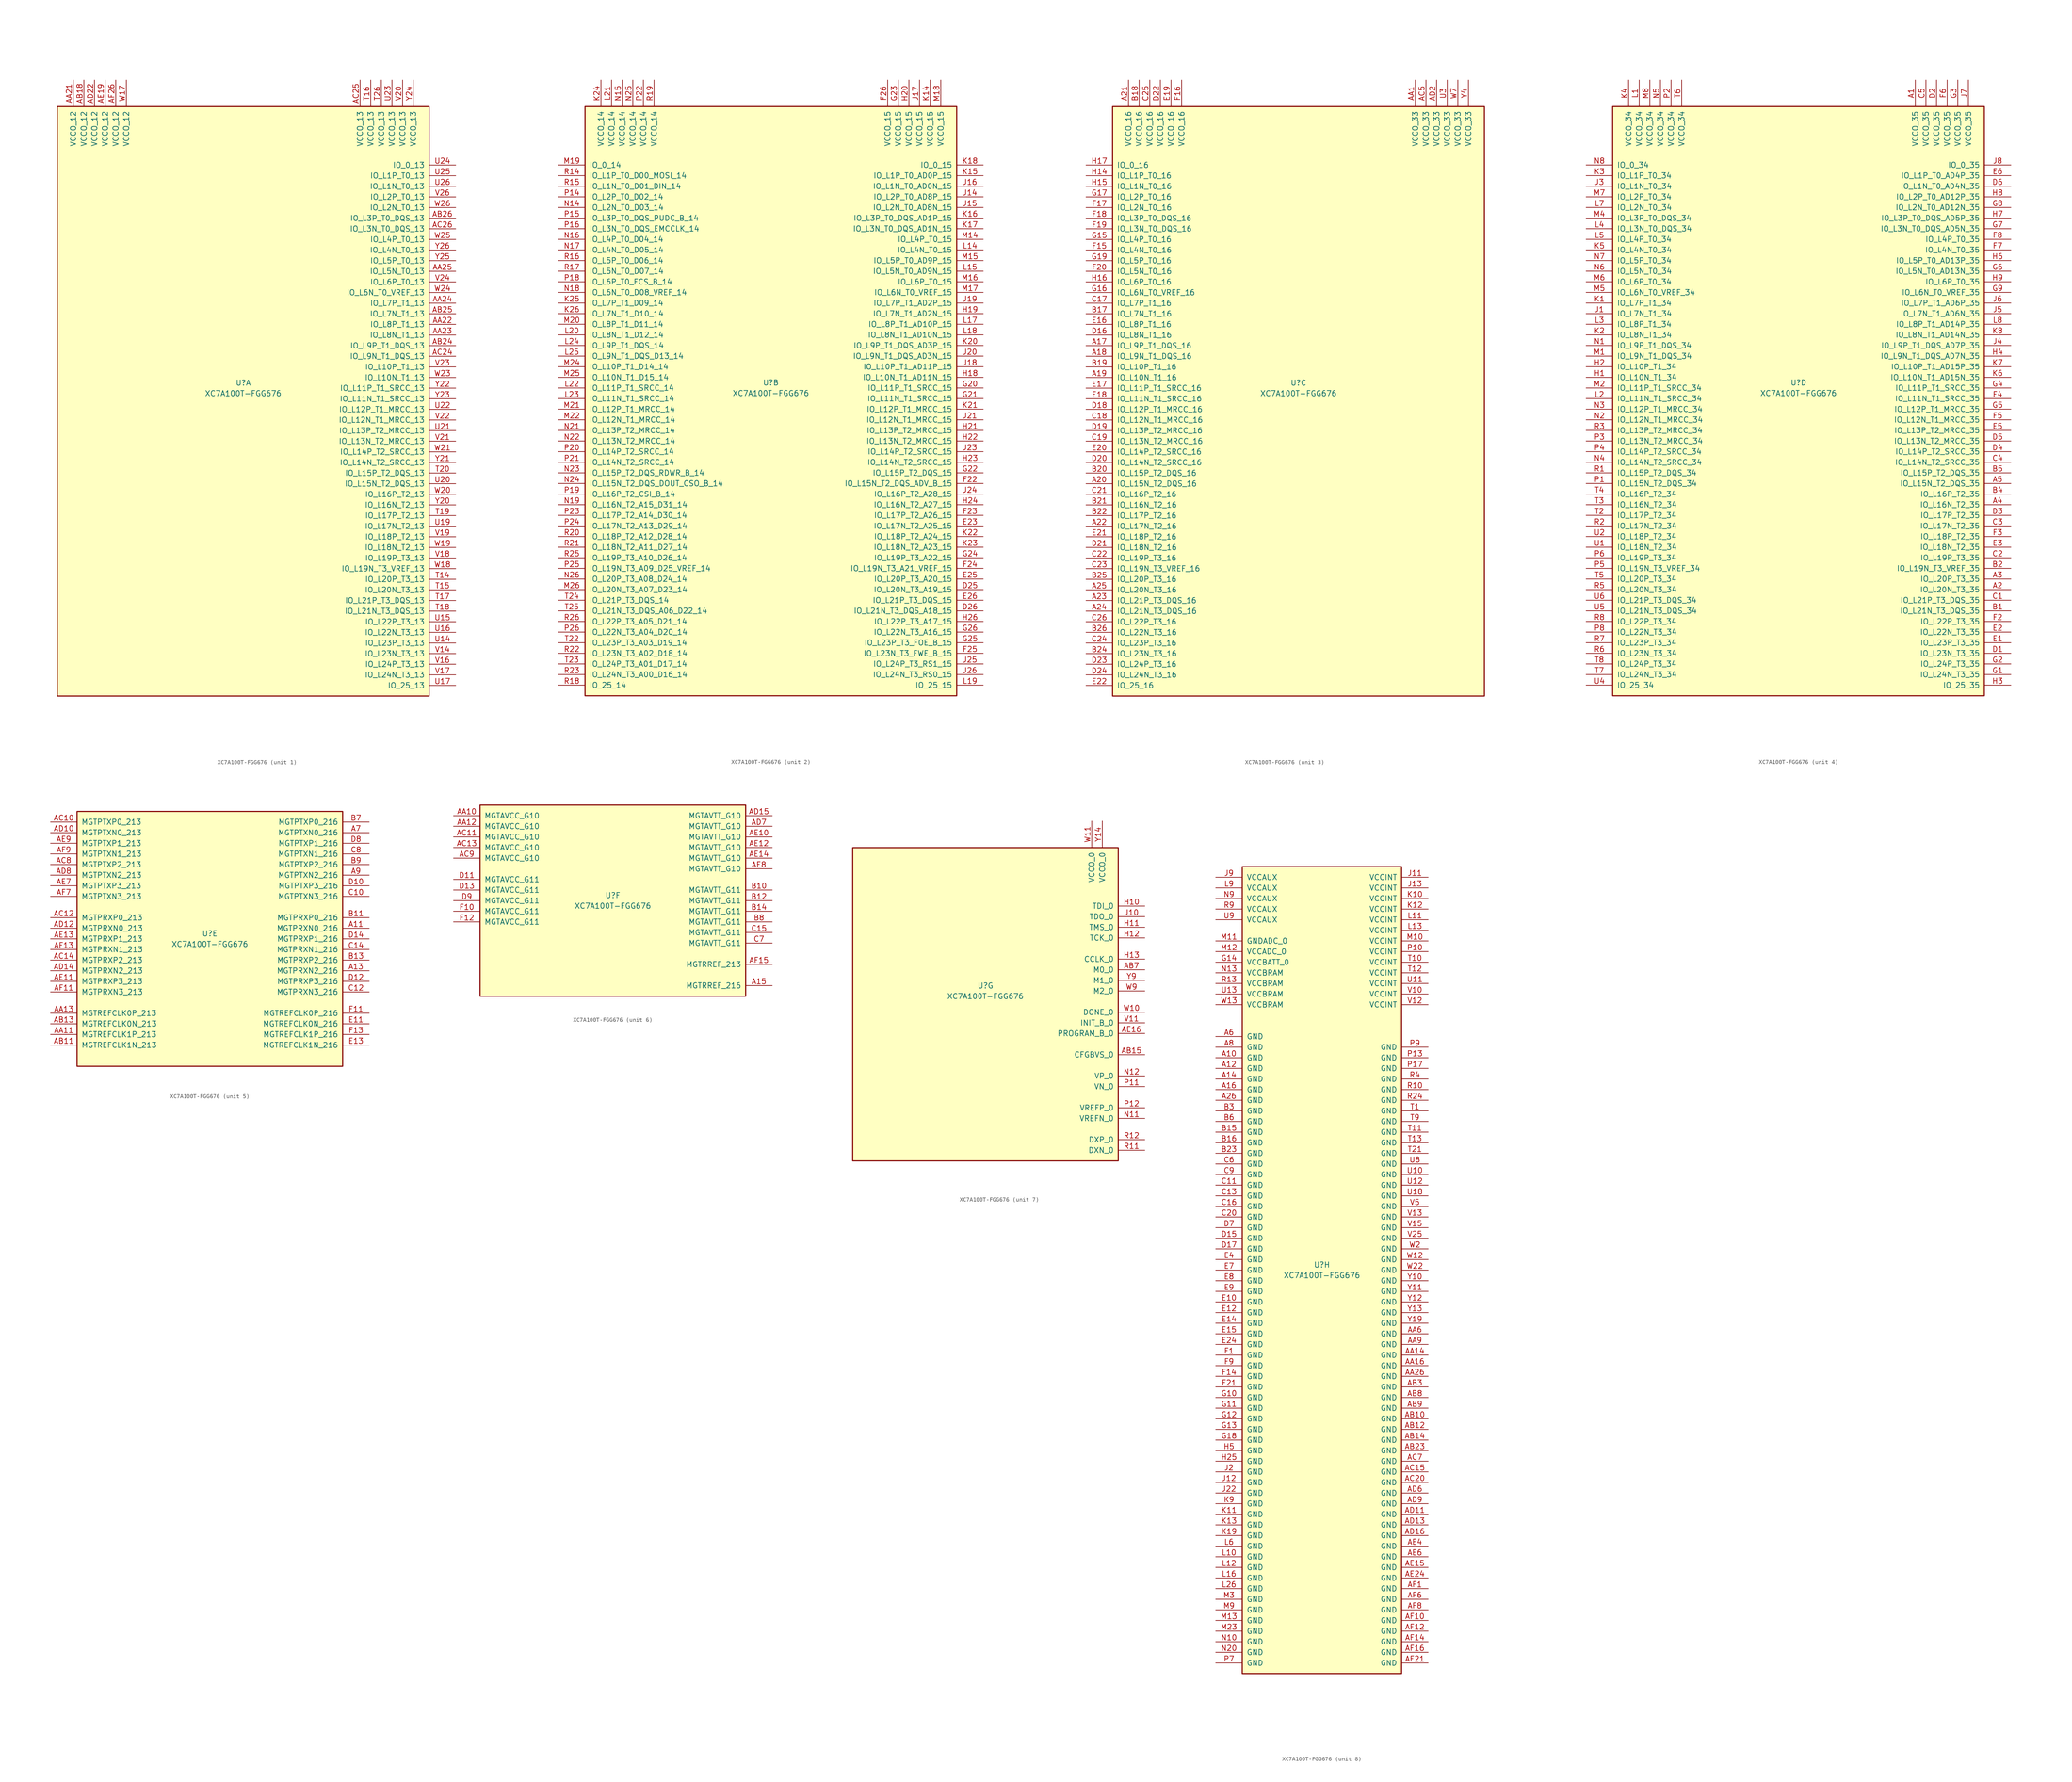
<source format=kicad_sym>
(kicad_symbol_lib
  (version 20241209)
  (generator "kicad_symbol_editor")
  (generator_version "9.0")
  (symbol "XC7A100T-FGG676"
    (pin_names
      (offset 1.016))
    (property "Reference" "U"
      (at 0 1.27 0)
      (effects (font (size 1.27 1.27))))
    (property "Value" "XC7A100T-FGG676"
      (at 0 -1.27 0)
      (effects (font (size 1.27 1.27))))
    (property "Datasheet" ""
      (at 0 0 0)
      (effects (font (size 1.27 1.27))))
    (property "ki_locked" ""
      (at 0 0 0)
      (effects (font (size 1.27 1.27))))
    (symbol "XC7A100T-FGG676_1_1"
      (rectangle (start -44.45 67.31) (end 44.45 -73.66) (stroke (width 0.254) (type default)) (fill (type background)))
      (pin power_in line (at -40.64 73.66 270) (length 6.35) (name "VCCO_12" (effects (font (size 1.27 1.27)))) (number "AA21" (effects (font (size 1.27 1.27)))))
      (pin power_in line (at -38.1 73.66 270) (length 6.35) (name "VCCO_12" (effects (font (size 1.27 1.27)))) (number "AB18" (effects (font (size 1.27 1.27)))))
      (pin power_in line (at -35.56 73.66 270) (length 6.35) (name "VCCO_12" (effects (font (size 1.27 1.27)))) (number "AD22" (effects (font (size 1.27 1.27)))))
      (pin power_in line (at -33.02 73.66 270) (length 6.35) (name "VCCO_12" (effects (font (size 1.27 1.27)))) (number "AE19" (effects (font (size 1.27 1.27)))))
      (pin power_in line (at -30.48 73.66 270) (length 6.35) (name "VCCO_12" (effects (font (size 1.27 1.27)))) (number "AF26" (effects (font (size 1.27 1.27)))))
      (pin power_in line (at -27.94 73.66 270) (length 6.35) (name "VCCO_12" (effects (font (size 1.27 1.27)))) (number "W17" (effects (font (size 1.27 1.27)))))
      (pin power_in line (at 27.94 73.66 270) (length 6.35) (name "VCCO_13" (effects (font (size 1.27 1.27)))) (number "AC25" (effects (font (size 1.27 1.27)))))
      (pin power_in line (at 30.48 73.66 270) (length 6.35) (name "VCCO_13" (effects (font (size 1.27 1.27)))) (number "T16" (effects (font (size 1.27 1.27)))))
      (pin power_in line (at 33.02 73.66 270) (length 6.35) (name "VCCO_13" (effects (font (size 1.27 1.27)))) (number "T26" (effects (font (size 1.27 1.27)))))
      (pin power_in line (at 35.56 73.66 270) (length 6.35) (name "VCCO_13" (effects (font (size 1.27 1.27)))) (number "U23" (effects (font (size 1.27 1.27)))))
      (pin power_in line (at 38.1 73.66 270) (length 6.35) (name "VCCO_13" (effects (font (size 1.27 1.27)))) (number "V20" (effects (font (size 1.27 1.27)))))
      (pin power_in line (at 40.64 73.66 270) (length 6.35) (name "VCCO_13" (effects (font (size 1.27 1.27)))) (number "Y24" (effects (font (size 1.27 1.27)))))
      (pin bidirectional line (at 50.8 53.34 180) (length 6.35) (name "IO_0_13" (effects (font (size 1.27 1.27)))) (number "U24" (effects (font (size 1.27 1.27)))))
      (pin bidirectional line (at 50.8 50.8 180) (length 6.35) (name "IO_L1P_T0_13" (effects (font (size 1.27 1.27)))) (number "U25" (effects (font (size 1.27 1.27)))))
      (pin bidirectional line (at 50.8 48.26 180) (length 6.35) (name "IO_L1N_T0_13" (effects (font (size 1.27 1.27)))) (number "U26" (effects (font (size 1.27 1.27)))))
      (pin bidirectional line (at 50.8 45.72 180) (length 6.35) (name "IO_L2P_T0_13" (effects (font (size 1.27 1.27)))) (number "V26" (effects (font (size 1.27 1.27)))))
      (pin bidirectional line (at 50.8 43.18 180) (length 6.35) (name "IO_L2N_T0_13" (effects (font (size 1.27 1.27)))) (number "W26" (effects (font (size 1.27 1.27)))))
      (pin bidirectional line (at 50.8 40.64 180) (length 6.35) (name "IO_L3P_T0_DQS_13" (effects (font (size 1.27 1.27)))) (number "AB26" (effects (font (size 1.27 1.27)))))
      (pin bidirectional line (at 50.8 38.1 180) (length 6.35) (name "IO_L3N_T0_DQS_13" (effects (font (size 1.27 1.27)))) (number "AC26" (effects (font (size 1.27 1.27)))))
      (pin bidirectional line (at 50.8 35.56 180) (length 6.35) (name "IO_L4P_T0_13" (effects (font (size 1.27 1.27)))) (number "W25" (effects (font (size 1.27 1.27)))))
      (pin bidirectional line (at 50.8 33.02 180) (length 6.35) (name "IO_L4N_T0_13" (effects (font (size 1.27 1.27)))) (number "Y26" (effects (font (size 1.27 1.27)))))
      (pin bidirectional line (at 50.8 30.48 180) (length 6.35) (name "IO_L5P_T0_13" (effects (font (size 1.27 1.27)))) (number "Y25" (effects (font (size 1.27 1.27)))))
      (pin bidirectional line (at 50.8 27.94 180) (length 6.35) (name "IO_L5N_T0_13" (effects (font (size 1.27 1.27)))) (number "AA25" (effects (font (size 1.27 1.27)))))
      (pin bidirectional line (at 50.8 25.4 180) (length 6.35) (name "IO_L6P_T0_13" (effects (font (size 1.27 1.27)))) (number "V24" (effects (font (size 1.27 1.27)))))
      (pin bidirectional line (at 50.8 22.86 180) (length 6.35) (name "IO_L6N_T0_VREF_13" (effects (font (size 1.27 1.27)))) (number "W24" (effects (font (size 1.27 1.27)))))
      (pin bidirectional line (at 50.8 20.32 180) (length 6.35) (name "IO_L7P_T1_13" (effects (font (size 1.27 1.27)))) (number "AA24" (effects (font (size 1.27 1.27)))))
      (pin bidirectional line (at 50.8 17.78 180) (length 6.35) (name "IO_L7N_T1_13" (effects (font (size 1.27 1.27)))) (number "AB25" (effects (font (size 1.27 1.27)))))
      (pin bidirectional line (at 50.8 15.24 180) (length 6.35) (name "IO_L8P_T1_13" (effects (font (size 1.27 1.27)))) (number "AA22" (effects (font (size 1.27 1.27)))))
      (pin bidirectional line (at 50.8 12.7 180) (length 6.35) (name "IO_L8N_T1_13" (effects (font (size 1.27 1.27)))) (number "AA23" (effects (font (size 1.27 1.27)))))
      (pin bidirectional line (at 50.8 10.16 180) (length 6.35) (name "IO_L9P_T1_DQS_13" (effects (font (size 1.27 1.27)))) (number "AB24" (effects (font (size 1.27 1.27)))))
      (pin bidirectional line (at 50.8 7.62 180) (length 6.35) (name "IO_L9N_T1_DQS_13" (effects (font (size 1.27 1.27)))) (number "AC24" (effects (font (size 1.27 1.27)))))
      (pin bidirectional line (at 50.8 5.08 180) (length 6.35) (name "IO_L10P_T1_13" (effects (font (size 1.27 1.27)))) (number "V23" (effects (font (size 1.27 1.27)))))
      (pin bidirectional line (at 50.8 2.54 180) (length 6.35) (name "IO_L10N_T1_13" (effects (font (size 1.27 1.27)))) (number "W23" (effects (font (size 1.27 1.27)))))
      (pin bidirectional line (at 50.8 0 180) (length 6.35) (name "IO_L11P_T1_SRCC_13" (effects (font (size 1.27 1.27)))) (number "Y22" (effects (font (size 1.27 1.27)))))
      (pin bidirectional line (at 50.8 -2.54 180) (length 6.35) (name "IO_L11N_T1_SRCC_13" (effects (font (size 1.27 1.27)))) (number "Y23" (effects (font (size 1.27 1.27)))))
      (pin bidirectional line (at 50.8 -5.08 180) (length 6.35) (name "IO_L12P_T1_MRCC_13" (effects (font (size 1.27 1.27)))) (number "U22" (effects (font (size 1.27 1.27)))))
      (pin bidirectional line (at 50.8 -7.62 180) (length 6.35) (name "IO_L12N_T1_MRCC_13" (effects (font (size 1.27 1.27)))) (number "V22" (effects (font (size 1.27 1.27)))))
      (pin bidirectional line (at 50.8 -10.16 180) (length 6.35) (name "IO_L13P_T2_MRCC_13" (effects (font (size 1.27 1.27)))) (number "U21" (effects (font (size 1.27 1.27)))))
      (pin bidirectional line (at 50.8 -12.7 180) (length 6.35) (name "IO_L13N_T2_MRCC_13" (effects (font (size 1.27 1.27)))) (number "V21" (effects (font (size 1.27 1.27)))))
      (pin bidirectional line (at 50.8 -15.24 180) (length 6.35) (name "IO_L14P_T2_SRCC_13" (effects (font (size 1.27 1.27)))) (number "W21" (effects (font (size 1.27 1.27)))))
      (pin bidirectional line (at 50.8 -17.78 180) (length 6.35) (name "IO_L14N_T2_SRCC_13" (effects (font (size 1.27 1.27)))) (number "Y21" (effects (font (size 1.27 1.27)))))
      (pin bidirectional line (at 50.8 -20.32 180) (length 6.35) (name "IO_L15P_T2_DQS_13" (effects (font (size 1.27 1.27)))) (number "T20" (effects (font (size 1.27 1.27)))))
      (pin bidirectional line (at 50.8 -22.86 180) (length 6.35) (name "IO_L15N_T2_DQS_13" (effects (font (size 1.27 1.27)))) (number "U20" (effects (font (size 1.27 1.27)))))
      (pin bidirectional line (at 50.8 -25.4 180) (length 6.35) (name "IO_L16P_T2_13" (effects (font (size 1.27 1.27)))) (number "W20" (effects (font (size 1.27 1.27)))))
      (pin bidirectional line (at 50.8 -27.94 180) (length 6.35) (name "IO_L16N_T2_13" (effects (font (size 1.27 1.27)))) (number "Y20" (effects (font (size 1.27 1.27)))))
      (pin bidirectional line (at 50.8 -30.48 180) (length 6.35) (name "IO_L17P_T2_13" (effects (font (size 1.27 1.27)))) (number "T19" (effects (font (size 1.27 1.27)))))
      (pin bidirectional line (at 50.8 -33.02 180) (length 6.35) (name "IO_L17N_T2_13" (effects (font (size 1.27 1.27)))) (number "U19" (effects (font (size 1.27 1.27)))))
      (pin bidirectional line (at 50.8 -35.56 180) (length 6.35) (name "IO_L18P_T2_13" (effects (font (size 1.27 1.27)))) (number "V19" (effects (font (size 1.27 1.27)))))
      (pin bidirectional line (at 50.8 -38.1 180) (length 6.35) (name "IO_L18N_T2_13" (effects (font (size 1.27 1.27)))) (number "W19" (effects (font (size 1.27 1.27)))))
      (pin bidirectional line (at 50.8 -40.64 180) (length 6.35) (name "IO_L19P_T3_13" (effects (font (size 1.27 1.27)))) (number "V18" (effects (font (size 1.27 1.27)))))
      (pin bidirectional line (at 50.8 -43.18 180) (length 6.35) (name "IO_L19N_T3_VREF_13" (effects (font (size 1.27 1.27)))) (number "W18" (effects (font (size 1.27 1.27)))))
      (pin bidirectional line (at 50.8 -45.72 180) (length 6.35) (name "IO_L20P_T3_13" (effects (font (size 1.27 1.27)))) (number "T14" (effects (font (size 1.27 1.27)))))
      (pin bidirectional line (at 50.8 -48.26 180) (length 6.35) (name "IO_L20N_T3_13" (effects (font (size 1.27 1.27)))) (number "T15" (effects (font (size 1.27 1.27)))))
      (pin bidirectional line (at 50.8 -50.8 180) (length 6.35) (name "IO_L21P_T3_DQS_13" (effects (font (size 1.27 1.27)))) (number "T17" (effects (font (size 1.27 1.27)))))
      (pin bidirectional line (at 50.8 -53.34 180) (length 6.35) (name "IO_L21N_T3_DQS_13" (effects (font (size 1.27 1.27)))) (number "T18" (effects (font (size 1.27 1.27)))))
      (pin bidirectional line (at 50.8 -55.88 180) (length 6.35) (name "IO_L22P_T3_13" (effects (font (size 1.27 1.27)))) (number "U15" (effects (font (size 1.27 1.27)))))
      (pin bidirectional line (at 50.8 -58.42 180) (length 6.35) (name "IO_L22N_T3_13" (effects (font (size 1.27 1.27)))) (number "U16" (effects (font (size 1.27 1.27)))))
      (pin bidirectional line (at 50.8 -60.96 180) (length 6.35) (name "IO_L23P_T3_13" (effects (font (size 1.27 1.27)))) (number "U14" (effects (font (size 1.27 1.27)))))
      (pin bidirectional line (at 50.8 -63.5 180) (length 6.35) (name "IO_L23N_T3_13" (effects (font (size 1.27 1.27)))) (number "V14" (effects (font (size 1.27 1.27)))))
      (pin bidirectional line (at 50.8 -66.04 180) (length 6.35) (name "IO_L24P_T3_13" (effects (font (size 1.27 1.27)))) (number "V16" (effects (font (size 1.27 1.27)))))
      (pin bidirectional line (at 50.8 -68.58 180) (length 6.35) (name "IO_L24N_T3_13" (effects (font (size 1.27 1.27)))) (number "V17" (effects (font (size 1.27 1.27)))))
      (pin bidirectional line (at 50.8 -71.12 180) (length 6.35) (name "IO_25_13" (effects (font (size 1.27 1.27)))) (number "U17" (effects (font (size 1.27 1.27))))))
    (symbol "XC7A100T-FGG676_2_1"
      (rectangle (start -44.45 67.31) (end 44.45 -73.66) (stroke (width 0.254) (type default)) (fill (type background)))
      (pin bidirectional line (at -50.8 53.34 0) (length 6.35) (name "IO_0_14" (effects (font (size 1.27 1.27)))) (number "M19" (effects (font (size 1.27 1.27)))))
      (pin bidirectional line (at -50.8 50.8 0) (length 6.35) (name "IO_L1P_T0_D00_MOSI_14" (effects (font (size 1.27 1.27)))) (number "R14" (effects (font (size 1.27 1.27)))))
      (pin bidirectional line (at -50.8 48.26 0) (length 6.35) (name "IO_L1N_T0_D01_DIN_14" (effects (font (size 1.27 1.27)))) (number "R15" (effects (font (size 1.27 1.27)))))
      (pin bidirectional line (at -50.8 45.72 0) (length 6.35) (name "IO_L2P_T0_D02_14" (effects (font (size 1.27 1.27)))) (number "P14" (effects (font (size 1.27 1.27)))))
      (pin bidirectional line (at -50.8 43.18 0) (length 6.35) (name "IO_L2N_T0_D03_14" (effects (font (size 1.27 1.27)))) (number "N14" (effects (font (size 1.27 1.27)))))
      (pin bidirectional line (at -50.8 40.64 0) (length 6.35) (name "IO_L3P_T0_DQS_PUDC_B_14" (effects (font (size 1.27 1.27)))) (number "P15" (effects (font (size 1.27 1.27)))))
      (pin bidirectional line (at -50.8 38.1 0) (length 6.35) (name "IO_L3N_T0_DQS_EMCCLK_14" (effects (font (size 1.27 1.27)))) (number "P16" (effects (font (size 1.27 1.27)))))
      (pin bidirectional line (at -50.8 35.56 0) (length 6.35) (name "IO_L4P_T0_D04_14" (effects (font (size 1.27 1.27)))) (number "N16" (effects (font (size 1.27 1.27)))))
      (pin bidirectional line (at -50.8 33.02 0) (length 6.35) (name "IO_L4N_T0_D05_14" (effects (font (size 1.27 1.27)))) (number "N17" (effects (font (size 1.27 1.27)))))
      (pin bidirectional line (at -50.8 30.48 0) (length 6.35) (name "IO_L5P_T0_D06_14" (effects (font (size 1.27 1.27)))) (number "R16" (effects (font (size 1.27 1.27)))))
      (pin bidirectional line (at -50.8 27.94 0) (length 6.35) (name "IO_L5N_T0_D07_14" (effects (font (size 1.27 1.27)))) (number "R17" (effects (font (size 1.27 1.27)))))
      (pin bidirectional line (at -50.8 25.4 0) (length 6.35) (name "IO_L6P_T0_FCS_B_14" (effects (font (size 1.27 1.27)))) (number "P18" (effects (font (size 1.27 1.27)))))
      (pin bidirectional line (at -50.8 22.86 0) (length 6.35) (name "IO_L6N_T0_D08_VREF_14" (effects (font (size 1.27 1.27)))) (number "N18" (effects (font (size 1.27 1.27)))))
      (pin bidirectional line (at -50.8 20.32 0) (length 6.35) (name "IO_L7P_T1_D09_14" (effects (font (size 1.27 1.27)))) (number "K25" (effects (font (size 1.27 1.27)))))
      (pin bidirectional line (at -50.8 17.78 0) (length 6.35) (name "IO_L7N_T1_D10_14" (effects (font (size 1.27 1.27)))) (number "K26" (effects (font (size 1.27 1.27)))))
      (pin bidirectional line (at -50.8 15.24 0) (length 6.35) (name "IO_L8P_T1_D11_14" (effects (font (size 1.27 1.27)))) (number "M20" (effects (font (size 1.27 1.27)))))
      (pin bidirectional line (at -50.8 12.7 0) (length 6.35) (name "IO_L8N_T1_D12_14" (effects (font (size 1.27 1.27)))) (number "L20" (effects (font (size 1.27 1.27)))))
      (pin bidirectional line (at -50.8 10.16 0) (length 6.35) (name "IO_L9P_T1_DQS_14" (effects (font (size 1.27 1.27)))) (number "L24" (effects (font (size 1.27 1.27)))))
      (pin bidirectional line (at -50.8 7.62 0) (length 6.35) (name "IO_L9N_T1_DQS_D13_14" (effects (font (size 1.27 1.27)))) (number "L25" (effects (font (size 1.27 1.27)))))
      (pin bidirectional line (at -50.8 5.08 0) (length 6.35) (name "IO_L10P_T1_D14_14" (effects (font (size 1.27 1.27)))) (number "M24" (effects (font (size 1.27 1.27)))))
      (pin bidirectional line (at -50.8 2.54 0) (length 6.35) (name "IO_L10N_T1_D15_14" (effects (font (size 1.27 1.27)))) (number "M25" (effects (font (size 1.27 1.27)))))
      (pin bidirectional line (at -50.8 0 0) (length 6.35) (name "IO_L11P_T1_SRCC_14" (effects (font (size 1.27 1.27)))) (number "L22" (effects (font (size 1.27 1.27)))))
      (pin bidirectional line (at -50.8 -2.54 0) (length 6.35) (name "IO_L11N_T1_SRCC_14" (effects (font (size 1.27 1.27)))) (number "L23" (effects (font (size 1.27 1.27)))))
      (pin bidirectional line (at -50.8 -5.08 0) (length 6.35) (name "IO_L12P_T1_MRCC_14" (effects (font (size 1.27 1.27)))) (number "M21" (effects (font (size 1.27 1.27)))))
      (pin bidirectional line (at -50.8 -7.62 0) (length 6.35) (name "IO_L12N_T1_MRCC_14" (effects (font (size 1.27 1.27)))) (number "M22" (effects (font (size 1.27 1.27)))))
      (pin bidirectional line (at -50.8 -10.16 0) (length 6.35) (name "IO_L13P_T2_MRCC_14" (effects (font (size 1.27 1.27)))) (number "N21" (effects (font (size 1.27 1.27)))))
      (pin bidirectional line (at -50.8 -12.7 0) (length 6.35) (name "IO_L13N_T2_MRCC_14" (effects (font (size 1.27 1.27)))) (number "N22" (effects (font (size 1.27 1.27)))))
      (pin bidirectional line (at -50.8 -15.24 0) (length 6.35) (name "IO_L14P_T2_SRCC_14" (effects (font (size 1.27 1.27)))) (number "P20" (effects (font (size 1.27 1.27)))))
      (pin bidirectional line (at -50.8 -17.78 0) (length 6.35) (name "IO_L14N_T2_SRCC_14" (effects (font (size 1.27 1.27)))) (number "P21" (effects (font (size 1.27 1.27)))))
      (pin bidirectional line (at -50.8 -20.32 0) (length 6.35) (name "IO_L15P_T2_DQS_RDWR_B_14" (effects (font (size 1.27 1.27)))) (number "N23" (effects (font (size 1.27 1.27)))))
      (pin bidirectional line (at -50.8 -22.86 0) (length 6.35) (name "IO_L15N_T2_DQS_DOUT_CSO_B_14" (effects (font (size 1.27 1.27)))) (number "N24" (effects (font (size 1.27 1.27)))))
      (pin bidirectional line (at -50.8 -25.4 0) (length 6.35) (name "IO_L16P_T2_CSI_B_14" (effects (font (size 1.27 1.27)))) (number "P19" (effects (font (size 1.27 1.27)))))
      (pin bidirectional line (at -50.8 -27.94 0) (length 6.35) (name "IO_L16N_T2_A15_D31_14" (effects (font (size 1.27 1.27)))) (number "N19" (effects (font (size 1.27 1.27)))))
      (pin bidirectional line (at -50.8 -30.48 0) (length 6.35) (name "IO_L17P_T2_A14_D30_14" (effects (font (size 1.27 1.27)))) (number "P23" (effects (font (size 1.27 1.27)))))
      (pin bidirectional line (at -50.8 -33.02 0) (length 6.35) (name "IO_L17N_T2_A13_D29_14" (effects (font (size 1.27 1.27)))) (number "P24" (effects (font (size 1.27 1.27)))))
      (pin bidirectional line (at -50.8 -35.56 0) (length 6.35) (name "IO_L18P_T2_A12_D28_14" (effects (font (size 1.27 1.27)))) (number "R20" (effects (font (size 1.27 1.27)))))
      (pin bidirectional line (at -50.8 -38.1 0) (length 6.35) (name "IO_L18N_T2_A11_D27_14" (effects (font (size 1.27 1.27)))) (number "R21" (effects (font (size 1.27 1.27)))))
      (pin bidirectional line (at -50.8 -40.64 0) (length 6.35) (name "IO_L19P_T3_A10_D26_14" (effects (font (size 1.27 1.27)))) (number "R25" (effects (font (size 1.27 1.27)))))
      (pin bidirectional line (at -50.8 -43.18 0) (length 6.35) (name "IO_L19N_T3_A09_D25_VREF_14" (effects (font (size 1.27 1.27)))) (number "P25" (effects (font (size 1.27 1.27)))))
      (pin bidirectional line (at -50.8 -45.72 0) (length 6.35) (name "IO_L20P_T3_A08_D24_14" (effects (font (size 1.27 1.27)))) (number "N26" (effects (font (size 1.27 1.27)))))
      (pin bidirectional line (at -50.8 -48.26 0) (length 6.35) (name "IO_L20N_T3_A07_D23_14" (effects (font (size 1.27 1.27)))) (number "M26" (effects (font (size 1.27 1.27)))))
      (pin bidirectional line (at -50.8 -50.8 0) (length 6.35) (name "IO_L21P_T3_DQS_14" (effects (font (size 1.27 1.27)))) (number "T24" (effects (font (size 1.27 1.27)))))
      (pin bidirectional line (at -50.8 -53.34 0) (length 6.35) (name "IO_L21N_T3_DQS_A06_D22_14" (effects (font (size 1.27 1.27)))) (number "T25" (effects (font (size 1.27 1.27)))))
      (pin bidirectional line (at -50.8 -55.88 0) (length 6.35) (name "IO_L22P_T3_A05_D21_14" (effects (font (size 1.27 1.27)))) (number "R26" (effects (font (size 1.27 1.27)))))
      (pin bidirectional line (at -50.8 -58.42 0) (length 6.35) (name "IO_L22N_T3_A04_D20_14" (effects (font (size 1.27 1.27)))) (number "P26" (effects (font (size 1.27 1.27)))))
      (pin bidirectional line (at -50.8 -60.96 0) (length 6.35) (name "IO_L23P_T3_A03_D19_14" (effects (font (size 1.27 1.27)))) (number "T22" (effects (font (size 1.27 1.27)))))
      (pin bidirectional line (at -50.8 -63.5 0) (length 6.35) (name "IO_L23N_T3_A02_D18_14" (effects (font (size 1.27 1.27)))) (number "R22" (effects (font (size 1.27 1.27)))))
      (pin bidirectional line (at -50.8 -66.04 0) (length 6.35) (name "IO_L24P_T3_A01_D17_14" (effects (font (size 1.27 1.27)))) (number "T23" (effects (font (size 1.27 1.27)))))
      (pin bidirectional line (at -50.8 -68.58 0) (length 6.35) (name "IO_L24N_T3_A00_D16_14" (effects (font (size 1.27 1.27)))) (number "R23" (effects (font (size 1.27 1.27)))))
      (pin bidirectional line (at -50.8 -71.12 0) (length 6.35) (name "IO_25_14" (effects (font (size 1.27 1.27)))) (number "R18" (effects (font (size 1.27 1.27)))))
      (pin power_in line (at -40.64 73.66 270) (length 6.35) (name "VCCO_14" (effects (font (size 1.27 1.27)))) (number "K24" (effects (font (size 1.27 1.27)))))
      (pin power_in line (at -38.1 73.66 270) (length 6.35) (name "VCCO_14" (effects (font (size 1.27 1.27)))) (number "L21" (effects (font (size 1.27 1.27)))))
      (pin power_in line (at -35.56 73.66 270) (length 6.35) (name "VCCO_14" (effects (font (size 1.27 1.27)))) (number "N15" (effects (font (size 1.27 1.27)))))
      (pin power_in line (at -33.02 73.66 270) (length 6.35) (name "VCCO_14" (effects (font (size 1.27 1.27)))) (number "N25" (effects (font (size 1.27 1.27)))))
      (pin power_in line (at -30.48 73.66 270) (length 6.35) (name "VCCO_14" (effects (font (size 1.27 1.27)))) (number "P22" (effects (font (size 1.27 1.27)))))
      (pin power_in line (at -27.94 73.66 270) (length 6.35) (name "VCCO_14" (effects (font (size 1.27 1.27)))) (number "R19" (effects (font (size 1.27 1.27)))))
      (pin power_in line (at 27.94 73.66 270) (length 6.35) (name "VCCO_15" (effects (font (size 1.27 1.27)))) (number "F26" (effects (font (size 1.27 1.27)))))
      (pin power_in line (at 30.48 73.66 270) (length 6.35) (name "VCCO_15" (effects (font (size 1.27 1.27)))) (number "G23" (effects (font (size 1.27 1.27)))))
      (pin power_in line (at 33.02 73.66 270) (length 6.35) (name "VCCO_15" (effects (font (size 1.27 1.27)))) (number "H20" (effects (font (size 1.27 1.27)))))
      (pin power_in line (at 35.56 73.66 270) (length 6.35) (name "VCCO_15" (effects (font (size 1.27 1.27)))) (number "J17" (effects (font (size 1.27 1.27)))))
      (pin power_in line (at 38.1 73.66 270) (length 6.35) (name "VCCO_15" (effects (font (size 1.27 1.27)))) (number "K14" (effects (font (size 1.27 1.27)))))
      (pin power_in line (at 40.64 73.66 270) (length 6.35) (name "VCCO_15" (effects (font (size 1.27 1.27)))) (number "M18" (effects (font (size 1.27 1.27)))))
      (pin bidirectional line (at 50.8 53.34 180) (length 6.35) (name "IO_0_15" (effects (font (size 1.27 1.27)))) (number "K18" (effects (font (size 1.27 1.27)))))
      (pin bidirectional line (at 50.8 50.8 180) (length 6.35) (name "IO_L1P_T0_AD0P_15" (effects (font (size 1.27 1.27)))) (number "K15" (effects (font (size 1.27 1.27)))))
      (pin bidirectional line (at 50.8 48.26 180) (length 6.35) (name "IO_L1N_T0_AD0N_15" (effects (font (size 1.27 1.27)))) (number "J16" (effects (font (size 1.27 1.27)))))
      (pin bidirectional line (at 50.8 45.72 180) (length 6.35) (name "IO_L2P_T0_AD8P_15" (effects (font (size 1.27 1.27)))) (number "J14" (effects (font (size 1.27 1.27)))))
      (pin bidirectional line (at 50.8 43.18 180) (length 6.35) (name "IO_L2N_T0_AD8N_15" (effects (font (size 1.27 1.27)))) (number "J15" (effects (font (size 1.27 1.27)))))
      (pin bidirectional line (at 50.8 40.64 180) (length 6.35) (name "IO_L3P_T0_DQS_AD1P_15" (effects (font (size 1.27 1.27)))) (number "K16" (effects (font (size 1.27 1.27)))))
      (pin bidirectional line (at 50.8 38.1 180) (length 6.35) (name "IO_L3N_T0_DQS_AD1N_15" (effects (font (size 1.27 1.27)))) (number "K17" (effects (font (size 1.27 1.27)))))
      (pin bidirectional line (at 50.8 35.56 180) (length 6.35) (name "IO_L4P_T0_15" (effects (font (size 1.27 1.27)))) (number "M14" (effects (font (size 1.27 1.27)))))
      (pin bidirectional line (at 50.8 33.02 180) (length 6.35) (name "IO_L4N_T0_15" (effects (font (size 1.27 1.27)))) (number "L14" (effects (font (size 1.27 1.27)))))
      (pin bidirectional line (at 50.8 30.48 180) (length 6.35) (name "IO_L5P_T0_AD9P_15" (effects (font (size 1.27 1.27)))) (number "M15" (effects (font (size 1.27 1.27)))))
      (pin bidirectional line (at 50.8 27.94 180) (length 6.35) (name "IO_L5N_T0_AD9N_15" (effects (font (size 1.27 1.27)))) (number "L15" (effects (font (size 1.27 1.27)))))
      (pin bidirectional line (at 50.8 25.4 180) (length 6.35) (name "IO_L6P_T0_15" (effects (font (size 1.27 1.27)))) (number "M16" (effects (font (size 1.27 1.27)))))
      (pin bidirectional line (at 50.8 22.86 180) (length 6.35) (name "IO_L6N_T0_VREF_15" (effects (font (size 1.27 1.27)))) (number "M17" (effects (font (size 1.27 1.27)))))
      (pin bidirectional line (at 50.8 20.32 180) (length 6.35) (name "IO_L7P_T1_AD2P_15" (effects (font (size 1.27 1.27)))) (number "J19" (effects (font (size 1.27 1.27)))))
      (pin bidirectional line (at 50.8 17.78 180) (length 6.35) (name "IO_L7N_T1_AD2N_15" (effects (font (size 1.27 1.27)))) (number "H19" (effects (font (size 1.27 1.27)))))
      (pin bidirectional line (at 50.8 15.24 180) (length 6.35) (name "IO_L8P_T1_AD10P_15" (effects (font (size 1.27 1.27)))) (number "L17" (effects (font (size 1.27 1.27)))))
      (pin bidirectional line (at 50.8 12.7 180) (length 6.35) (name "IO_L8N_T1_AD10N_15" (effects (font (size 1.27 1.27)))) (number "L18" (effects (font (size 1.27 1.27)))))
      (pin bidirectional line (at 50.8 10.16 180) (length 6.35) (name "IO_L9P_T1_DQS_AD3P_15" (effects (font (size 1.27 1.27)))) (number "K20" (effects (font (size 1.27 1.27)))))
      (pin bidirectional line (at 50.8 7.62 180) (length 6.35) (name "IO_L9N_T1_DQS_AD3N_15" (effects (font (size 1.27 1.27)))) (number "J20" (effects (font (size 1.27 1.27)))))
      (pin bidirectional line (at 50.8 5.08 180) (length 6.35) (name "IO_L10P_T1_AD11P_15" (effects (font (size 1.27 1.27)))) (number "J18" (effects (font (size 1.27 1.27)))))
      (pin bidirectional line (at 50.8 2.54 180) (length 6.35) (name "IO_L10N_T1_AD11N_15" (effects (font (size 1.27 1.27)))) (number "H18" (effects (font (size 1.27 1.27)))))
      (pin bidirectional line (at 50.8 0 180) (length 6.35) (name "IO_L11P_T1_SRCC_15" (effects (font (size 1.27 1.27)))) (number "G20" (effects (font (size 1.27 1.27)))))
      (pin bidirectional line (at 50.8 -2.54 180) (length 6.35) (name "IO_L11N_T1_SRCC_15" (effects (font (size 1.27 1.27)))) (number "G21" (effects (font (size 1.27 1.27)))))
      (pin bidirectional line (at 50.8 -5.08 180) (length 6.35) (name "IO_L12P_T1_MRCC_15" (effects (font (size 1.27 1.27)))) (number "K21" (effects (font (size 1.27 1.27)))))
      (pin bidirectional line (at 50.8 -7.62 180) (length 6.35) (name "IO_L12N_T1_MRCC_15" (effects (font (size 1.27 1.27)))) (number "J21" (effects (font (size 1.27 1.27)))))
      (pin bidirectional line (at 50.8 -10.16 180) (length 6.35) (name "IO_L13P_T2_MRCC_15" (effects (font (size 1.27 1.27)))) (number "H21" (effects (font (size 1.27 1.27)))))
      (pin bidirectional line (at 50.8 -12.7 180) (length 6.35) (name "IO_L13N_T2_MRCC_15" (effects (font (size 1.27 1.27)))) (number "H22" (effects (font (size 1.27 1.27)))))
      (pin bidirectional line (at 50.8 -15.24 180) (length 6.35) (name "IO_L14P_T2_SRCC_15" (effects (font (size 1.27 1.27)))) (number "J23" (effects (font (size 1.27 1.27)))))
      (pin bidirectional line (at 50.8 -17.78 180) (length 6.35) (name "IO_L14N_T2_SRCC_15" (effects (font (size 1.27 1.27)))) (number "H23" (effects (font (size 1.27 1.27)))))
      (pin bidirectional line (at 50.8 -20.32 180) (length 6.35) (name "IO_L15P_T2_DQS_15" (effects (font (size 1.27 1.27)))) (number "G22" (effects (font (size 1.27 1.27)))))
      (pin bidirectional line (at 50.8 -22.86 180) (length 6.35) (name "IO_L15N_T2_DQS_ADV_B_15" (effects (font (size 1.27 1.27)))) (number "F22" (effects (font (size 1.27 1.27)))))
      (pin bidirectional line (at 50.8 -25.4 180) (length 6.35) (name "IO_L16P_T2_A28_15" (effects (font (size 1.27 1.27)))) (number "J24" (effects (font (size 1.27 1.27)))))
      (pin bidirectional line (at 50.8 -27.94 180) (length 6.35) (name "IO_L16N_T2_A27_15" (effects (font (size 1.27 1.27)))) (number "H24" (effects (font (size 1.27 1.27)))))
      (pin bidirectional line (at 50.8 -30.48 180) (length 6.35) (name "IO_L17P_T2_A26_15" (effects (font (size 1.27 1.27)))) (number "F23" (effects (font (size 1.27 1.27)))))
      (pin bidirectional line (at 50.8 -33.02 180) (length 6.35) (name "IO_L17N_T2_A25_15" (effects (font (size 1.27 1.27)))) (number "E23" (effects (font (size 1.27 1.27)))))
      (pin bidirectional line (at 50.8 -35.56 180) (length 6.35) (name "IO_L18P_T2_A24_15" (effects (font (size 1.27 1.27)))) (number "K22" (effects (font (size 1.27 1.27)))))
      (pin bidirectional line (at 50.8 -38.1 180) (length 6.35) (name "IO_L18N_T2_A23_15" (effects (font (size 1.27 1.27)))) (number "K23" (effects (font (size 1.27 1.27)))))
      (pin bidirectional line (at 50.8 -40.64 180) (length 6.35) (name "IO_L19P_T3_A22_15" (effects (font (size 1.27 1.27)))) (number "G24" (effects (font (size 1.27 1.27)))))
      (pin bidirectional line (at 50.8 -43.18 180) (length 6.35) (name "IO_L19N_T3_A21_VREF_15" (effects (font (size 1.27 1.27)))) (number "F24" (effects (font (size 1.27 1.27)))))
      (pin bidirectional line (at 50.8 -45.72 180) (length 6.35) (name "IO_L20P_T3_A20_15" (effects (font (size 1.27 1.27)))) (number "E25" (effects (font (size 1.27 1.27)))))
      (pin bidirectional line (at 50.8 -48.26 180) (length 6.35) (name "IO_L20N_T3_A19_15" (effects (font (size 1.27 1.27)))) (number "D25" (effects (font (size 1.27 1.27)))))
      (pin bidirectional line (at 50.8 -50.8 180) (length 6.35) (name "IO_L21P_T3_DQS_15" (effects (font (size 1.27 1.27)))) (number "E26" (effects (font (size 1.27 1.27)))))
      (pin bidirectional line (at 50.8 -53.34 180) (length 6.35) (name "IO_L21N_T3_DQS_A18_15" (effects (font (size 1.27 1.27)))) (number "D26" (effects (font (size 1.27 1.27)))))
      (pin bidirectional line (at 50.8 -55.88 180) (length 6.35) (name "IO_L22P_T3_A17_15" (effects (font (size 1.27 1.27)))) (number "H26" (effects (font (size 1.27 1.27)))))
      (pin bidirectional line (at 50.8 -58.42 180) (length 6.35) (name "IO_L22N_T3_A16_15" (effects (font (size 1.27 1.27)))) (number "G26" (effects (font (size 1.27 1.27)))))
      (pin bidirectional line (at 50.8 -60.96 180) (length 6.35) (name "IO_L23P_T3_FOE_B_15" (effects (font (size 1.27 1.27)))) (number "G25" (effects (font (size 1.27 1.27)))))
      (pin bidirectional line (at 50.8 -63.5 180) (length 6.35) (name "IO_L23N_T3_FWE_B_15" (effects (font (size 1.27 1.27)))) (number "F25" (effects (font (size 1.27 1.27)))))
      (pin bidirectional line (at 50.8 -66.04 180) (length 6.35) (name "IO_L24P_T3_RS1_15" (effects (font (size 1.27 1.27)))) (number "J25" (effects (font (size 1.27 1.27)))))
      (pin bidirectional line (at 50.8 -68.58 180) (length 6.35) (name "IO_L24N_T3_RS0_15" (effects (font (size 1.27 1.27)))) (number "J26" (effects (font (size 1.27 1.27)))))
      (pin bidirectional line (at 50.8 -71.12 180) (length 6.35) (name "IO_25_15" (effects (font (size 1.27 1.27)))) (number "L19" (effects (font (size 1.27 1.27))))))
    (symbol "XC7A100T-FGG676_3_1"
      (rectangle (start -44.45 67.31) (end 44.45 -73.66) (stroke (width 0.254) (type default)) (fill (type background)))
      (pin bidirectional line (at -50.8 53.34 0) (length 6.35) (name "IO_0_16" (effects (font (size 1.27 1.27)))) (number "H17" (effects (font (size 1.27 1.27)))))
      (pin bidirectional line (at -50.8 50.8 0) (length 6.35) (name "IO_L1P_T0_16" (effects (font (size 1.27 1.27)))) (number "H14" (effects (font (size 1.27 1.27)))))
      (pin bidirectional line (at -50.8 48.26 0) (length 6.35) (name "IO_L1N_T0_16" (effects (font (size 1.27 1.27)))) (number "H15" (effects (font (size 1.27 1.27)))))
      (pin bidirectional line (at -50.8 45.72 0) (length 6.35) (name "IO_L2P_T0_16" (effects (font (size 1.27 1.27)))) (number "G17" (effects (font (size 1.27 1.27)))))
      (pin bidirectional line (at -50.8 43.18 0) (length 6.35) (name "IO_L2N_T0_16" (effects (font (size 1.27 1.27)))) (number "F17" (effects (font (size 1.27 1.27)))))
      (pin bidirectional line (at -50.8 40.64 0) (length 6.35) (name "IO_L3P_T0_DQS_16" (effects (font (size 1.27 1.27)))) (number "F18" (effects (font (size 1.27 1.27)))))
      (pin bidirectional line (at -50.8 38.1 0) (length 6.35) (name "IO_L3N_T0_DQS_16" (effects (font (size 1.27 1.27)))) (number "F19" (effects (font (size 1.27 1.27)))))
      (pin bidirectional line (at -50.8 35.56 0) (length 6.35) (name "IO_L4P_T0_16" (effects (font (size 1.27 1.27)))) (number "G15" (effects (font (size 1.27 1.27)))))
      (pin bidirectional line (at -50.8 33.02 0) (length 6.35) (name "IO_L4N_T0_16" (effects (font (size 1.27 1.27)))) (number "F15" (effects (font (size 1.27 1.27)))))
      (pin bidirectional line (at -50.8 30.48 0) (length 6.35) (name "IO_L5P_T0_16" (effects (font (size 1.27 1.27)))) (number "G19" (effects (font (size 1.27 1.27)))))
      (pin bidirectional line (at -50.8 27.94 0) (length 6.35) (name "IO_L5N_T0_16" (effects (font (size 1.27 1.27)))) (number "F20" (effects (font (size 1.27 1.27)))))
      (pin bidirectional line (at -50.8 25.4 0) (length 6.35) (name "IO_L6P_T0_16" (effects (font (size 1.27 1.27)))) (number "H16" (effects (font (size 1.27 1.27)))))
      (pin bidirectional line (at -50.8 22.86 0) (length 6.35) (name "IO_L6N_T0_VREF_16" (effects (font (size 1.27 1.27)))) (number "G16" (effects (font (size 1.27 1.27)))))
      (pin bidirectional line (at -50.8 20.32 0) (length 6.35) (name "IO_L7P_T1_16" (effects (font (size 1.27 1.27)))) (number "C17" (effects (font (size 1.27 1.27)))))
      (pin bidirectional line (at -50.8 17.78 0) (length 6.35) (name "IO_L7N_T1_16" (effects (font (size 1.27 1.27)))) (number "B17" (effects (font (size 1.27 1.27)))))
      (pin bidirectional line (at -50.8 15.24 0) (length 6.35) (name "IO_L8P_T1_16" (effects (font (size 1.27 1.27)))) (number "E16" (effects (font (size 1.27 1.27)))))
      (pin bidirectional line (at -50.8 12.7 0) (length 6.35) (name "IO_L8N_T1_16" (effects (font (size 1.27 1.27)))) (number "D16" (effects (font (size 1.27 1.27)))))
      (pin bidirectional line (at -50.8 10.16 0) (length 6.35) (name "IO_L9P_T1_DQS_16" (effects (font (size 1.27 1.27)))) (number "A17" (effects (font (size 1.27 1.27)))))
      (pin bidirectional line (at -50.8 7.62 0) (length 6.35) (name "IO_L9N_T1_DQS_16" (effects (font (size 1.27 1.27)))) (number "A18" (effects (font (size 1.27 1.27)))))
      (pin bidirectional line (at -50.8 5.08 0) (length 6.35) (name "IO_L10P_T1_16" (effects (font (size 1.27 1.27)))) (number "B19" (effects (font (size 1.27 1.27)))))
      (pin bidirectional line (at -50.8 2.54 0) (length 6.35) (name "IO_L10N_T1_16" (effects (font (size 1.27 1.27)))) (number "A19" (effects (font (size 1.27 1.27)))))
      (pin bidirectional line (at -50.8 0 0) (length 6.35) (name "IO_L11P_T1_SRCC_16" (effects (font (size 1.27 1.27)))) (number "E17" (effects (font (size 1.27 1.27)))))
      (pin bidirectional line (at -50.8 -2.54 0) (length 6.35) (name "IO_L11N_T1_SRCC_16" (effects (font (size 1.27 1.27)))) (number "E18" (effects (font (size 1.27 1.27)))))
      (pin bidirectional line (at -50.8 -5.08 0) (length 6.35) (name "IO_L12P_T1_MRCC_16" (effects (font (size 1.27 1.27)))) (number "D18" (effects (font (size 1.27 1.27)))))
      (pin bidirectional line (at -50.8 -7.62 0) (length 6.35) (name "IO_L12N_T1_MRCC_16" (effects (font (size 1.27 1.27)))) (number "C18" (effects (font (size 1.27 1.27)))))
      (pin bidirectional line (at -50.8 -10.16 0) (length 6.35) (name "IO_L13P_T2_MRCC_16" (effects (font (size 1.27 1.27)))) (number "D19" (effects (font (size 1.27 1.27)))))
      (pin bidirectional line (at -50.8 -12.7 0) (length 6.35) (name "IO_L13N_T2_MRCC_16" (effects (font (size 1.27 1.27)))) (number "C19" (effects (font (size 1.27 1.27)))))
      (pin bidirectional line (at -50.8 -15.24 0) (length 6.35) (name "IO_L14P_T2_SRCC_16" (effects (font (size 1.27 1.27)))) (number "E20" (effects (font (size 1.27 1.27)))))
      (pin bidirectional line (at -50.8 -17.78 0) (length 6.35) (name "IO_L14N_T2_SRCC_16" (effects (font (size 1.27 1.27)))) (number "D20" (effects (font (size 1.27 1.27)))))
      (pin bidirectional line (at -50.8 -20.32 0) (length 6.35) (name "IO_L15P_T2_DQS_16" (effects (font (size 1.27 1.27)))) (number "B20" (effects (font (size 1.27 1.27)))))
      (pin bidirectional line (at -50.8 -22.86 0) (length 6.35) (name "IO_L15N_T2_DQS_16" (effects (font (size 1.27 1.27)))) (number "A20" (effects (font (size 1.27 1.27)))))
      (pin bidirectional line (at -50.8 -25.4 0) (length 6.35) (name "IO_L16P_T2_16" (effects (font (size 1.27 1.27)))) (number "C21" (effects (font (size 1.27 1.27)))))
      (pin bidirectional line (at -50.8 -27.94 0) (length 6.35) (name "IO_L16N_T2_16" (effects (font (size 1.27 1.27)))) (number "B21" (effects (font (size 1.27 1.27)))))
      (pin bidirectional line (at -50.8 -30.48 0) (length 6.35) (name "IO_L17P_T2_16" (effects (font (size 1.27 1.27)))) (number "B22" (effects (font (size 1.27 1.27)))))
      (pin bidirectional line (at -50.8 -33.02 0) (length 6.35) (name "IO_L17N_T2_16" (effects (font (size 1.27 1.27)))) (number "A22" (effects (font (size 1.27 1.27)))))
      (pin bidirectional line (at -50.8 -35.56 0) (length 6.35) (name "IO_L18P_T2_16" (effects (font (size 1.27 1.27)))) (number "E21" (effects (font (size 1.27 1.27)))))
      (pin bidirectional line (at -50.8 -38.1 0) (length 6.35) (name "IO_L18N_T2_16" (effects (font (size 1.27 1.27)))) (number "D21" (effects (font (size 1.27 1.27)))))
      (pin bidirectional line (at -50.8 -40.64 0) (length 6.35) (name "IO_L19P_T3_16" (effects (font (size 1.27 1.27)))) (number "C22" (effects (font (size 1.27 1.27)))))
      (pin bidirectional line (at -50.8 -43.18 0) (length 6.35) (name "IO_L19N_T3_VREF_16" (effects (font (size 1.27 1.27)))) (number "C23" (effects (font (size 1.27 1.27)))))
      (pin bidirectional line (at -50.8 -45.72 0) (length 6.35) (name "IO_L20P_T3_16" (effects (font (size 1.27 1.27)))) (number "B25" (effects (font (size 1.27 1.27)))))
      (pin bidirectional line (at -50.8 -48.26 0) (length 6.35) (name "IO_L20N_T3_16" (effects (font (size 1.27 1.27)))) (number "A25" (effects (font (size 1.27 1.27)))))
      (pin bidirectional line (at -50.8 -50.8 0) (length 6.35) (name "IO_L21P_T3_DQS_16" (effects (font (size 1.27 1.27)))) (number "A23" (effects (font (size 1.27 1.27)))))
      (pin bidirectional line (at -50.8 -53.34 0) (length 6.35) (name "IO_L21N_T3_DQS_16" (effects (font (size 1.27 1.27)))) (number "A24" (effects (font (size 1.27 1.27)))))
      (pin bidirectional line (at -50.8 -55.88 0) (length 6.35) (name "IO_L22P_T3_16" (effects (font (size 1.27 1.27)))) (number "C26" (effects (font (size 1.27 1.27)))))
      (pin bidirectional line (at -50.8 -58.42 0) (length 6.35) (name "IO_L22N_T3_16" (effects (font (size 1.27 1.27)))) (number "B26" (effects (font (size 1.27 1.27)))))
      (pin bidirectional line (at -50.8 -60.96 0) (length 6.35) (name "IO_L23P_T3_16" (effects (font (size 1.27 1.27)))) (number "C24" (effects (font (size 1.27 1.27)))))
      (pin bidirectional line (at -50.8 -63.5 0) (length 6.35) (name "IO_L23N_T3_16" (effects (font (size 1.27 1.27)))) (number "B24" (effects (font (size 1.27 1.27)))))
      (pin bidirectional line (at -50.8 -66.04 0) (length 6.35) (name "IO_L24P_T3_16" (effects (font (size 1.27 1.27)))) (number "D23" (effects (font (size 1.27 1.27)))))
      (pin bidirectional line (at -50.8 -68.58 0) (length 6.35) (name "IO_L24N_T3_16" (effects (font (size 1.27 1.27)))) (number "D24" (effects (font (size 1.27 1.27)))))
      (pin bidirectional line (at -50.8 -71.12 0) (length 6.35) (name "IO_25_16" (effects (font (size 1.27 1.27)))) (number "E22" (effects (font (size 1.27 1.27)))))
      (pin power_in line (at -40.64 73.66 270) (length 6.35) (name "VCCO_16" (effects (font (size 1.27 1.27)))) (number "A21" (effects (font (size 1.27 1.27)))))
      (pin power_in line (at -38.1 73.66 270) (length 6.35) (name "VCCO_16" (effects (font (size 1.27 1.27)))) (number "B18" (effects (font (size 1.27 1.27)))))
      (pin power_in line (at -35.56 73.66 270) (length 6.35) (name "VCCO_16" (effects (font (size 1.27 1.27)))) (number "C25" (effects (font (size 1.27 1.27)))))
      (pin power_in line (at -33.02 73.66 270) (length 6.35) (name "VCCO_16" (effects (font (size 1.27 1.27)))) (number "D22" (effects (font (size 1.27 1.27)))))
      (pin power_in line (at -30.48 73.66 270) (length 6.35) (name "VCCO_16" (effects (font (size 1.27 1.27)))) (number "E19" (effects (font (size 1.27 1.27)))))
      (pin power_in line (at -27.94 73.66 270) (length 6.35) (name "VCCO_16" (effects (font (size 1.27 1.27)))) (number "F16" (effects (font (size 1.27 1.27)))))
      (pin power_in line (at 27.94 73.66 270) (length 6.35) (name "VCCO_33" (effects (font (size 1.27 1.27)))) (number "AA1" (effects (font (size 1.27 1.27)))))
      (pin power_in line (at 30.48 73.66 270) (length 6.35) (name "VCCO_33" (effects (font (size 1.27 1.27)))) (number "AC5" (effects (font (size 1.27 1.27)))))
      (pin power_in line (at 33.02 73.66 270) (length 6.35) (name "VCCO_33" (effects (font (size 1.27 1.27)))) (number "AD2" (effects (font (size 1.27 1.27)))))
      (pin power_in line (at 35.56 73.66 270) (length 6.35) (name "VCCO_33" (effects (font (size 1.27 1.27)))) (number "U3" (effects (font (size 1.27 1.27)))))
      (pin power_in line (at 38.1 73.66 270) (length 6.35) (name "VCCO_33" (effects (font (size 1.27 1.27)))) (number "W7" (effects (font (size 1.27 1.27)))))
      (pin power_in line (at 40.64 73.66 270) (length 6.35) (name "VCCO_33" (effects (font (size 1.27 1.27)))) (number "Y4" (effects (font (size 1.27 1.27))))))
    (symbol "XC7A100T-FGG676_4_1"
      (rectangle (start -44.45 67.31) (end 44.45 -73.66) (stroke (width 0.254) (type default)) (fill (type background)))
      (pin bidirectional line (at -50.8 53.34 0) (length 6.35) (name "IO_0_34" (effects (font (size 1.27 1.27)))) (number "N8" (effects (font (size 1.27 1.27)))))
      (pin bidirectional line (at -50.8 50.8 0) (length 6.35) (name "IO_L1P_T0_34" (effects (font (size 1.27 1.27)))) (number "K3" (effects (font (size 1.27 1.27)))))
      (pin bidirectional line (at -50.8 48.26 0) (length 6.35) (name "IO_L1N_T0_34" (effects (font (size 1.27 1.27)))) (number "J3" (effects (font (size 1.27 1.27)))))
      (pin bidirectional line (at -50.8 45.72 0) (length 6.35) (name "IO_L2P_T0_34" (effects (font (size 1.27 1.27)))) (number "M7" (effects (font (size 1.27 1.27)))))
      (pin bidirectional line (at -50.8 43.18 0) (length 6.35) (name "IO_L2N_T0_34" (effects (font (size 1.27 1.27)))) (number "L7" (effects (font (size 1.27 1.27)))))
      (pin bidirectional line (at -50.8 40.64 0) (length 6.35) (name "IO_L3P_T0_DQS_34" (effects (font (size 1.27 1.27)))) (number "M4" (effects (font (size 1.27 1.27)))))
      (pin bidirectional line (at -50.8 38.1 0) (length 6.35) (name "IO_L3N_T0_DQS_34" (effects (font (size 1.27 1.27)))) (number "L4" (effects (font (size 1.27 1.27)))))
      (pin bidirectional line (at -50.8 35.56 0) (length 6.35) (name "IO_L4P_T0_34" (effects (font (size 1.27 1.27)))) (number "L5" (effects (font (size 1.27 1.27)))))
      (pin bidirectional line (at -50.8 33.02 0) (length 6.35) (name "IO_L4N_T0_34" (effects (font (size 1.27 1.27)))) (number "K5" (effects (font (size 1.27 1.27)))))
      (pin bidirectional line (at -50.8 30.48 0) (length 6.35) (name "IO_L5P_T0_34" (effects (font (size 1.27 1.27)))) (number "N7" (effects (font (size 1.27 1.27)))))
      (pin bidirectional line (at -50.8 27.94 0) (length 6.35) (name "IO_L5N_T0_34" (effects (font (size 1.27 1.27)))) (number "N6" (effects (font (size 1.27 1.27)))))
      (pin bidirectional line (at -50.8 25.4 0) (length 6.35) (name "IO_L6P_T0_34" (effects (font (size 1.27 1.27)))) (number "M6" (effects (font (size 1.27 1.27)))))
      (pin bidirectional line (at -50.8 22.86 0) (length 6.35) (name "IO_L6N_T0_VREF_34" (effects (font (size 1.27 1.27)))) (number "M5" (effects (font (size 1.27 1.27)))))
      (pin bidirectional line (at -50.8 20.32 0) (length 6.35) (name "IO_L7P_T1_34" (effects (font (size 1.27 1.27)))) (number "K1" (effects (font (size 1.27 1.27)))))
      (pin bidirectional line (at -50.8 17.78 0) (length 6.35) (name "IO_L7N_T1_34" (effects (font (size 1.27 1.27)))) (number "J1" (effects (font (size 1.27 1.27)))))
      (pin bidirectional line (at -50.8 15.24 0) (length 6.35) (name "IO_L8P_T1_34" (effects (font (size 1.27 1.27)))) (number "L3" (effects (font (size 1.27 1.27)))))
      (pin bidirectional line (at -50.8 12.7 0) (length 6.35) (name "IO_L8N_T1_34" (effects (font (size 1.27 1.27)))) (number "K2" (effects (font (size 1.27 1.27)))))
      (pin bidirectional line (at -50.8 10.16 0) (length 6.35) (name "IO_L9P_T1_DQS_34" (effects (font (size 1.27 1.27)))) (number "N1" (effects (font (size 1.27 1.27)))))
      (pin bidirectional line (at -50.8 7.62 0) (length 6.35) (name "IO_L9N_T1_DQS_34" (effects (font (size 1.27 1.27)))) (number "M1" (effects (font (size 1.27 1.27)))))
      (pin bidirectional line (at -50.8 5.08 0) (length 6.35) (name "IO_L10P_T1_34" (effects (font (size 1.27 1.27)))) (number "H2" (effects (font (size 1.27 1.27)))))
      (pin bidirectional line (at -50.8 2.54 0) (length 6.35) (name "IO_L10N_T1_34" (effects (font (size 1.27 1.27)))) (number "H1" (effects (font (size 1.27 1.27)))))
      (pin bidirectional line (at -50.8 0 0) (length 6.35) (name "IO_L11P_T1_SRCC_34" (effects (font (size 1.27 1.27)))) (number "M2" (effects (font (size 1.27 1.27)))))
      (pin bidirectional line (at -50.8 -2.54 0) (length 6.35) (name "IO_L11N_T1_SRCC_34" (effects (font (size 1.27 1.27)))) (number "L2" (effects (font (size 1.27 1.27)))))
      (pin bidirectional line (at -50.8 -5.08 0) (length 6.35) (name "IO_L12P_T1_MRCC_34" (effects (font (size 1.27 1.27)))) (number "N3" (effects (font (size 1.27 1.27)))))
      (pin bidirectional line (at -50.8 -7.62 0) (length 6.35) (name "IO_L12N_T1_MRCC_34" (effects (font (size 1.27 1.27)))) (number "N2" (effects (font (size 1.27 1.27)))))
      (pin bidirectional line (at -50.8 -10.16 0) (length 6.35) (name "IO_L13P_T2_MRCC_34" (effects (font (size 1.27 1.27)))) (number "R3" (effects (font (size 1.27 1.27)))))
      (pin bidirectional line (at -50.8 -12.7 0) (length 6.35) (name "IO_L13N_T2_MRCC_34" (effects (font (size 1.27 1.27)))) (number "P3" (effects (font (size 1.27 1.27)))))
      (pin bidirectional line (at -50.8 -15.24 0) (length 6.35) (name "IO_L14P_T2_SRCC_34" (effects (font (size 1.27 1.27)))) (number "P4" (effects (font (size 1.27 1.27)))))
      (pin bidirectional line (at -50.8 -17.78 0) (length 6.35) (name "IO_L14N_T2_SRCC_34" (effects (font (size 1.27 1.27)))) (number "N4" (effects (font (size 1.27 1.27)))))
      (pin bidirectional line (at -50.8 -20.32 0) (length 6.35) (name "IO_L15P_T2_DQS_34" (effects (font (size 1.27 1.27)))) (number "R1" (effects (font (size 1.27 1.27)))))
      (pin bidirectional line (at -50.8 -22.86 0) (length 6.35) (name "IO_L15N_T2_DQS_34" (effects (font (size 1.27 1.27)))) (number "P1" (effects (font (size 1.27 1.27)))))
      (pin bidirectional line (at -50.8 -25.4 0) (length 6.35) (name "IO_L16P_T2_34" (effects (font (size 1.27 1.27)))) (number "T4" (effects (font (size 1.27 1.27)))))
      (pin bidirectional line (at -50.8 -27.94 0) (length 6.35) (name "IO_L16N_T2_34" (effects (font (size 1.27 1.27)))) (number "T3" (effects (font (size 1.27 1.27)))))
      (pin bidirectional line (at -50.8 -30.48 0) (length 6.35) (name "IO_L17P_T2_34" (effects (font (size 1.27 1.27)))) (number "T2" (effects (font (size 1.27 1.27)))))
      (pin bidirectional line (at -50.8 -33.02 0) (length 6.35) (name "IO_L17N_T2_34" (effects (font (size 1.27 1.27)))) (number "R2" (effects (font (size 1.27 1.27)))))
      (pin bidirectional line (at -50.8 -35.56 0) (length 6.35) (name "IO_L18P_T2_34" (effects (font (size 1.27 1.27)))) (number "U2" (effects (font (size 1.27 1.27)))))
      (pin bidirectional line (at -50.8 -38.1 0) (length 6.35) (name "IO_L18N_T2_34" (effects (font (size 1.27 1.27)))) (number "U1" (effects (font (size 1.27 1.27)))))
      (pin bidirectional line (at -50.8 -40.64 0) (length 6.35) (name "IO_L19P_T3_34" (effects (font (size 1.27 1.27)))) (number "P6" (effects (font (size 1.27 1.27)))))
      (pin bidirectional line (at -50.8 -43.18 0) (length 6.35) (name "IO_L19N_T3_VREF_34" (effects (font (size 1.27 1.27)))) (number "P5" (effects (font (size 1.27 1.27)))))
      (pin bidirectional line (at -50.8 -45.72 0) (length 6.35) (name "IO_L20P_T3_34" (effects (font (size 1.27 1.27)))) (number "T5" (effects (font (size 1.27 1.27)))))
      (pin bidirectional line (at -50.8 -48.26 0) (length 6.35) (name "IO_L20N_T3_34" (effects (font (size 1.27 1.27)))) (number "R5" (effects (font (size 1.27 1.27)))))
      (pin bidirectional line (at -50.8 -50.8 0) (length 6.35) (name "IO_L21P_T3_DQS_34" (effects (font (size 1.27 1.27)))) (number "U6" (effects (font (size 1.27 1.27)))))
      (pin bidirectional line (at -50.8 -53.34 0) (length 6.35) (name "IO_L21N_T3_DQS_34" (effects (font (size 1.27 1.27)))) (number "U5" (effects (font (size 1.27 1.27)))))
      (pin bidirectional line (at -50.8 -55.88 0) (length 6.35) (name "IO_L22P_T3_34" (effects (font (size 1.27 1.27)))) (number "R8" (effects (font (size 1.27 1.27)))))
      (pin bidirectional line (at -50.8 -58.42 0) (length 6.35) (name "IO_L22N_T3_34" (effects (font (size 1.27 1.27)))) (number "P8" (effects (font (size 1.27 1.27)))))
      (pin bidirectional line (at -50.8 -60.96 0) (length 6.35) (name "IO_L23P_T3_34" (effects (font (size 1.27 1.27)))) (number "R7" (effects (font (size 1.27 1.27)))))
      (pin bidirectional line (at -50.8 -63.5 0) (length 6.35) (name "IO_L23N_T3_34" (effects (font (size 1.27 1.27)))) (number "R6" (effects (font (size 1.27 1.27)))))
      (pin bidirectional line (at -50.8 -66.04 0) (length 6.35) (name "IO_L24P_T3_34" (effects (font (size 1.27 1.27)))) (number "T8" (effects (font (size 1.27 1.27)))))
      (pin bidirectional line (at -50.8 -68.58 0) (length 6.35) (name "IO_L24N_T3_34" (effects (font (size 1.27 1.27)))) (number "T7" (effects (font (size 1.27 1.27)))))
      (pin bidirectional line (at -50.8 -71.12 0) (length 6.35) (name "IO_25_34" (effects (font (size 1.27 1.27)))) (number "U4" (effects (font (size 1.27 1.27)))))
      (pin power_in line (at -40.64 73.66 270) (length 6.35) (name "VCCO_34" (effects (font (size 1.27 1.27)))) (number "K4" (effects (font (size 1.27 1.27)))))
      (pin power_in line (at -38.1 73.66 270) (length 6.35) (name "VCCO_34" (effects (font (size 1.27 1.27)))) (number "L1" (effects (font (size 1.27 1.27)))))
      (pin power_in line (at -35.56 73.66 270) (length 6.35) (name "VCCO_34" (effects (font (size 1.27 1.27)))) (number "M8" (effects (font (size 1.27 1.27)))))
      (pin power_in line (at -33.02 73.66 270) (length 6.35) (name "VCCO_34" (effects (font (size 1.27 1.27)))) (number "N5" (effects (font (size 1.27 1.27)))))
      (pin power_in line (at -30.48 73.66 270) (length 6.35) (name "VCCO_34" (effects (font (size 1.27 1.27)))) (number "P2" (effects (font (size 1.27 1.27)))))
      (pin power_in line (at -27.94 73.66 270) (length 6.35) (name "VCCO_34" (effects (font (size 1.27 1.27)))) (number "T6" (effects (font (size 1.27 1.27)))))
      (pin power_in line (at 27.94 73.66 270) (length 6.35) (name "VCCO_35" (effects (font (size 1.27 1.27)))) (number "A1" (effects (font (size 1.27 1.27)))))
      (pin power_in line (at 30.48 73.66 270) (length 6.35) (name "VCCO_35" (effects (font (size 1.27 1.27)))) (number "C5" (effects (font (size 1.27 1.27)))))
      (pin power_in line (at 33.02 73.66 270) (length 6.35) (name "VCCO_35" (effects (font (size 1.27 1.27)))) (number "D2" (effects (font (size 1.27 1.27)))))
      (pin power_in line (at 35.56 73.66 270) (length 6.35) (name "VCCO_35" (effects (font (size 1.27 1.27)))) (number "F6" (effects (font (size 1.27 1.27)))))
      (pin power_in line (at 38.1 73.66 270) (length 6.35) (name "VCCO_35" (effects (font (size 1.27 1.27)))) (number "G3" (effects (font (size 1.27 1.27)))))
      (pin power_in line (at 40.64 73.66 270) (length 6.35) (name "VCCO_35" (effects (font (size 1.27 1.27)))) (number "J7" (effects (font (size 1.27 1.27)))))
      (pin bidirectional line (at 50.8 53.34 180) (length 6.35) (name "IO_0_35" (effects (font (size 1.27 1.27)))) (number "J8" (effects (font (size 1.27 1.27)))))
      (pin bidirectional line (at 50.8 50.8 180) (length 6.35) (name "IO_L1P_T0_AD4P_35" (effects (font (size 1.27 1.27)))) (number "E6" (effects (font (size 1.27 1.27)))))
      (pin bidirectional line (at 50.8 48.26 180) (length 6.35) (name "IO_L1N_T0_AD4N_35" (effects (font (size 1.27 1.27)))) (number "D6" (effects (font (size 1.27 1.27)))))
      (pin bidirectional line (at 50.8 45.72 180) (length 6.35) (name "IO_L2P_T0_AD12P_35" (effects (font (size 1.27 1.27)))) (number "H8" (effects (font (size 1.27 1.27)))))
      (pin bidirectional line (at 50.8 43.18 180) (length 6.35) (name "IO_L2N_T0_AD12N_35" (effects (font (size 1.27 1.27)))) (number "G8" (effects (font (size 1.27 1.27)))))
      (pin bidirectional line (at 50.8 40.64 180) (length 6.35) (name "IO_L3P_T0_DQS_AD5P_35" (effects (font (size 1.27 1.27)))) (number "H7" (effects (font (size 1.27 1.27)))))
      (pin bidirectional line (at 50.8 38.1 180) (length 6.35) (name "IO_L3N_T0_DQS_AD5N_35" (effects (font (size 1.27 1.27)))) (number "G7" (effects (font (size 1.27 1.27)))))
      (pin bidirectional line (at 50.8 35.56 180) (length 6.35) (name "IO_L4P_T0_35" (effects (font (size 1.27 1.27)))) (number "F8" (effects (font (size 1.27 1.27)))))
      (pin bidirectional line (at 50.8 33.02 180) (length 6.35) (name "IO_L4N_T0_35" (effects (font (size 1.27 1.27)))) (number "F7" (effects (font (size 1.27 1.27)))))
      (pin bidirectional line (at 50.8 30.48 180) (length 6.35) (name "IO_L5P_T0_AD13P_35" (effects (font (size 1.27 1.27)))) (number "H6" (effects (font (size 1.27 1.27)))))
      (pin bidirectional line (at 50.8 27.94 180) (length 6.35) (name "IO_L5N_T0_AD13N_35" (effects (font (size 1.27 1.27)))) (number "G6" (effects (font (size 1.27 1.27)))))
      (pin bidirectional line (at 50.8 25.4 180) (length 6.35) (name "IO_L6P_T0_35" (effects (font (size 1.27 1.27)))) (number "H9" (effects (font (size 1.27 1.27)))))
      (pin bidirectional line (at 50.8 22.86 180) (length 6.35) (name "IO_L6N_T0_VREF_35" (effects (font (size 1.27 1.27)))) (number "G9" (effects (font (size 1.27 1.27)))))
      (pin bidirectional line (at 50.8 20.32 180) (length 6.35) (name "IO_L7P_T1_AD6P_35" (effects (font (size 1.27 1.27)))) (number "J6" (effects (font (size 1.27 1.27)))))
      (pin bidirectional line (at 50.8 17.78 180) (length 6.35) (name "IO_L7N_T1_AD6N_35" (effects (font (size 1.27 1.27)))) (number "J5" (effects (font (size 1.27 1.27)))))
      (pin bidirectional line (at 50.8 15.24 180) (length 6.35) (name "IO_L8P_T1_AD14P_35" (effects (font (size 1.27 1.27)))) (number "L8" (effects (font (size 1.27 1.27)))))
      (pin bidirectional line (at 50.8 12.7 180) (length 6.35) (name "IO_L8N_T1_AD14N_35" (effects (font (size 1.27 1.27)))) (number "K8" (effects (font (size 1.27 1.27)))))
      (pin bidirectional line (at 50.8 10.16 180) (length 6.35) (name "IO_L9P_T1_DQS_AD7P_35" (effects (font (size 1.27 1.27)))) (number "J4" (effects (font (size 1.27 1.27)))))
      (pin bidirectional line (at 50.8 7.62 180) (length 6.35) (name "IO_L9N_T1_DQS_AD7N_35" (effects (font (size 1.27 1.27)))) (number "H4" (effects (font (size 1.27 1.27)))))
      (pin bidirectional line (at 50.8 5.08 180) (length 6.35) (name "IO_L10P_T1_AD15P_35" (effects (font (size 1.27 1.27)))) (number "K7" (effects (font (size 1.27 1.27)))))
      (pin bidirectional line (at 50.8 2.54 180) (length 6.35) (name "IO_L10N_T1_AD15N_35" (effects (font (size 1.27 1.27)))) (number "K6" (effects (font (size 1.27 1.27)))))
      (pin bidirectional line (at 50.8 0 180) (length 6.35) (name "IO_L11P_T1_SRCC_35" (effects (font (size 1.27 1.27)))) (number "G4" (effects (font (size 1.27 1.27)))))
      (pin bidirectional line (at 50.8 -2.54 180) (length 6.35) (name "IO_L11N_T1_SRCC_35" (effects (font (size 1.27 1.27)))) (number "F4" (effects (font (size 1.27 1.27)))))
      (pin bidirectional line (at 50.8 -5.08 180) (length 6.35) (name "IO_L12P_T1_MRCC_35" (effects (font (size 1.27 1.27)))) (number "G5" (effects (font (size 1.27 1.27)))))
      (pin bidirectional line (at 50.8 -7.62 180) (length 6.35) (name "IO_L12N_T1_MRCC_35" (effects (font (size 1.27 1.27)))) (number "F5" (effects (font (size 1.27 1.27)))))
      (pin bidirectional line (at 50.8 -10.16 180) (length 6.35) (name "IO_L13P_T2_MRCC_35" (effects (font (size 1.27 1.27)))) (number "E5" (effects (font (size 1.27 1.27)))))
      (pin bidirectional line (at 50.8 -12.7 180) (length 6.35) (name "IO_L13N_T2_MRCC_35" (effects (font (size 1.27 1.27)))) (number "D5" (effects (font (size 1.27 1.27)))))
      (pin bidirectional line (at 50.8 -15.24 180) (length 6.35) (name "IO_L14P_T2_SRCC_35" (effects (font (size 1.27 1.27)))) (number "D4" (effects (font (size 1.27 1.27)))))
      (pin bidirectional line (at 50.8 -17.78 180) (length 6.35) (name "IO_L14N_T2_SRCC_35" (effects (font (size 1.27 1.27)))) (number "C4" (effects (font (size 1.27 1.27)))))
      (pin bidirectional line (at 50.8 -20.32 180) (length 6.35) (name "IO_L15P_T2_DQS_35" (effects (font (size 1.27 1.27)))) (number "B5" (effects (font (size 1.27 1.27)))))
      (pin bidirectional line (at 50.8 -22.86 180) (length 6.35) (name "IO_L15N_T2_DQS_35" (effects (font (size 1.27 1.27)))) (number "A5" (effects (font (size 1.27 1.27)))))
      (pin bidirectional line (at 50.8 -25.4 180) (length 6.35) (name "IO_L16P_T2_35" (effects (font (size 1.27 1.27)))) (number "B4" (effects (font (size 1.27 1.27)))))
      (pin bidirectional line (at 50.8 -27.94 180) (length 6.35) (name "IO_L16N_T2_35" (effects (font (size 1.27 1.27)))) (number "A4" (effects (font (size 1.27 1.27)))))
      (pin bidirectional line (at 50.8 -30.48 180) (length 6.35) (name "IO_L17P_T2_35" (effects (font (size 1.27 1.27)))) (number "D3" (effects (font (size 1.27 1.27)))))
      (pin bidirectional line (at 50.8 -33.02 180) (length 6.35) (name "IO_L17N_T2_35" (effects (font (size 1.27 1.27)))) (number "C3" (effects (font (size 1.27 1.27)))))
      (pin bidirectional line (at 50.8 -35.56 180) (length 6.35) (name "IO_L18P_T2_35" (effects (font (size 1.27 1.27)))) (number "F3" (effects (font (size 1.27 1.27)))))
      (pin bidirectional line (at 50.8 -38.1 180) (length 6.35) (name "IO_L18N_T2_35" (effects (font (size 1.27 1.27)))) (number "E3" (effects (font (size 1.27 1.27)))))
      (pin bidirectional line (at 50.8 -40.64 180) (length 6.35) (name "IO_L19P_T3_35" (effects (font (size 1.27 1.27)))) (number "C2" (effects (font (size 1.27 1.27)))))
      (pin bidirectional line (at 50.8 -43.18 180) (length 6.35) (name "IO_L19N_T3_VREF_35" (effects (font (size 1.27 1.27)))) (number "B2" (effects (font (size 1.27 1.27)))))
      (pin bidirectional line (at 50.8 -45.72 180) (length 6.35) (name "IO_L20P_T3_35" (effects (font (size 1.27 1.27)))) (number "A3" (effects (font (size 1.27 1.27)))))
      (pin bidirectional line (at 50.8 -48.26 180) (length 6.35) (name "IO_L20N_T3_35" (effects (font (size 1.27 1.27)))) (number "A2" (effects (font (size 1.27 1.27)))))
      (pin bidirectional line (at 50.8 -50.8 180) (length 6.35) (name "IO_L21P_T3_DQS_35" (effects (font (size 1.27 1.27)))) (number "C1" (effects (font (size 1.27 1.27)))))
      (pin bidirectional line (at 50.8 -53.34 180) (length 6.35) (name "IO_L21N_T3_DQS_35" (effects (font (size 1.27 1.27)))) (number "B1" (effects (font (size 1.27 1.27)))))
      (pin bidirectional line (at 50.8 -55.88 180) (length 6.35) (name "IO_L22P_T3_35" (effects (font (size 1.27 1.27)))) (number "F2" (effects (font (size 1.27 1.27)))))
      (pin bidirectional line (at 50.8 -58.42 180) (length 6.35) (name "IO_L22N_T3_35" (effects (font (size 1.27 1.27)))) (number "E2" (effects (font (size 1.27 1.27)))))
      (pin bidirectional line (at 50.8 -60.96 180) (length 6.35) (name "IO_L23P_T3_35" (effects (font (size 1.27 1.27)))) (number "E1" (effects (font (size 1.27 1.27)))))
      (pin bidirectional line (at 50.8 -63.5 180) (length 6.35) (name "IO_L23N_T3_35" (effects (font (size 1.27 1.27)))) (number "D1" (effects (font (size 1.27 1.27)))))
      (pin bidirectional line (at 50.8 -66.04 180) (length 6.35) (name "IO_L24P_T3_35" (effects (font (size 1.27 1.27)))) (number "G2" (effects (font (size 1.27 1.27)))))
      (pin bidirectional line (at 50.8 -68.58 180) (length 6.35) (name "IO_L24N_T3_35" (effects (font (size 1.27 1.27)))) (number "G1" (effects (font (size 1.27 1.27)))))
      (pin bidirectional line (at 50.8 -71.12 180) (length 6.35) (name "IO_25_35" (effects (font (size 1.27 1.27)))) (number "H3" (effects (font (size 1.27 1.27))))))
    (symbol "XC7A100T-FGG676_5_1"
      (rectangle (start -31.75 30.48) (end 31.75 -30.48) (stroke (width 0.254) (type default)) (fill (type background)))
      (pin bidirectional line (at -38.1 27.94 0) (length 6.35) (name "MGTPTXP0_213" (effects (font (size 1.27 1.27)))) (number "AC10" (effects (font (size 1.27 1.27)))))
      (pin bidirectional line (at -38.1 25.4 0) (length 6.35) (name "MGTPTXN0_213" (effects (font (size 1.27 1.27)))) (number "AD10" (effects (font (size 1.27 1.27)))))
      (pin bidirectional line (at -38.1 22.86 0) (length 6.35) (name "MGTPTXP1_213" (effects (font (size 1.27 1.27)))) (number "AE9" (effects (font (size 1.27 1.27)))))
      (pin bidirectional line (at -38.1 20.32 0) (length 6.35) (name "MGTPTXN1_213" (effects (font (size 1.27 1.27)))) (number "AF9" (effects (font (size 1.27 1.27)))))
      (pin bidirectional line (at -38.1 17.78 0) (length 6.35) (name "MGTPTXP2_213" (effects (font (size 1.27 1.27)))) (number "AC8" (effects (font (size 1.27 1.27)))))
      (pin bidirectional line (at -38.1 15.24 0) (length 6.35) (name "MGTPTXN2_213" (effects (font (size 1.27 1.27)))) (number "AD8" (effects (font (size 1.27 1.27)))))
      (pin bidirectional line (at -38.1 12.7 0) (length 6.35) (name "MGTPTXP3_213" (effects (font (size 1.27 1.27)))) (number "AE7" (effects (font (size 1.27 1.27)))))
      (pin bidirectional line (at -38.1 10.16 0) (length 6.35) (name "MGTPTXN3_213" (effects (font (size 1.27 1.27)))) (number "AF7" (effects (font (size 1.27 1.27)))))
      (pin bidirectional line (at -38.1 5.08 0) (length 6.35) (name "MGTPRXP0_213" (effects (font (size 1.27 1.27)))) (number "AC12" (effects (font (size 1.27 1.27)))))
      (pin bidirectional line (at -38.1 2.54 0) (length 6.35) (name "MGTPRXN0_213" (effects (font (size 1.27 1.27)))) (number "AD12" (effects (font (size 1.27 1.27)))))
      (pin bidirectional line (at -38.1 0 0) (length 6.35) (name "MGTPRXP1_213" (effects (font (size 1.27 1.27)))) (number "AE13" (effects (font (size 1.27 1.27)))))
      (pin bidirectional line (at -38.1 -2.54 0) (length 6.35) (name "MGTPRXN1_213" (effects (font (size 1.27 1.27)))) (number "AF13" (effects (font (size 1.27 1.27)))))
      (pin bidirectional line (at -38.1 -5.08 0) (length 6.35) (name "MGTPRXP2_213" (effects (font (size 1.27 1.27)))) (number "AC14" (effects (font (size 1.27 1.27)))))
      (pin bidirectional line (at -38.1 -7.62 0) (length 6.35) (name "MGTPRXN2_213" (effects (font (size 1.27 1.27)))) (number "AD14" (effects (font (size 1.27 1.27)))))
      (pin bidirectional line (at -38.1 -10.16 0) (length 6.35) (name "MGTPRXP3_213" (effects (font (size 1.27 1.27)))) (number "AE11" (effects (font (size 1.27 1.27)))))
      (pin bidirectional line (at -38.1 -12.7 0) (length 6.35) (name "MGTPRXN3_213" (effects (font (size 1.27 1.27)))) (number "AF11" (effects (font (size 1.27 1.27)))))
      (pin bidirectional line (at -38.1 -17.78 0) (length 6.35) (name "MGTREFCLK0P_213" (effects (font (size 1.27 1.27)))) (number "AA13" (effects (font (size 1.27 1.27)))))
      (pin bidirectional line (at -38.1 -20.32 0) (length 6.35) (name "MGTREFCLK0N_213" (effects (font (size 1.27 1.27)))) (number "AB13" (effects (font (size 1.27 1.27)))))
      (pin bidirectional line (at -38.1 -22.86 0) (length 6.35) (name "MGTREFCLK1P_213" (effects (font (size 1.27 1.27)))) (number "AA11" (effects (font (size 1.27 1.27)))))
      (pin bidirectional line (at -38.1 -25.4 0) (length 6.35) (name "MGTREFCLK1N_213" (effects (font (size 1.27 1.27)))) (number "AB11" (effects (font (size 1.27 1.27)))))
      (pin bidirectional line (at 38.1 27.94 180) (length 6.35) (name "MGTPTXP0_216" (effects (font (size 1.27 1.27)))) (number "B7" (effects (font (size 1.27 1.27)))))
      (pin bidirectional line (at 38.1 25.4 180) (length 6.35) (name "MGTPTXN0_216" (effects (font (size 1.27 1.27)))) (number "A7" (effects (font (size 1.27 1.27)))))
      (pin bidirectional line (at 38.1 22.86 180) (length 6.35) (name "MGTPTXP1_216" (effects (font (size 1.27 1.27)))) (number "D8" (effects (font (size 1.27 1.27)))))
      (pin bidirectional line (at 38.1 20.32 180) (length 6.35) (name "MGTPTXN1_216" (effects (font (size 1.27 1.27)))) (number "C8" (effects (font (size 1.27 1.27)))))
      (pin bidirectional line (at 38.1 17.78 180) (length 6.35) (name "MGTPTXP2_216" (effects (font (size 1.27 1.27)))) (number "B9" (effects (font (size 1.27 1.27)))))
      (pin bidirectional line (at 38.1 15.24 180) (length 6.35) (name "MGTPTXN2_216" (effects (font (size 1.27 1.27)))) (number "A9" (effects (font (size 1.27 1.27)))))
      (pin bidirectional line (at 38.1 12.7 180) (length 6.35) (name "MGTPTXP3_216" (effects (font (size 1.27 1.27)))) (number "D10" (effects (font (size 1.27 1.27)))))
      (pin bidirectional line (at 38.1 10.16 180) (length 6.35) (name "MGTPTXN3_216" (effects (font (size 1.27 1.27)))) (number "C10" (effects (font (size 1.27 1.27)))))
      (pin bidirectional line (at 38.1 5.08 180) (length 6.35) (name "MGTPRXP0_216" (effects (font (size 1.27 1.27)))) (number "B11" (effects (font (size 1.27 1.27)))))
      (pin bidirectional line (at 38.1 2.54 180) (length 6.35) (name "MGTPRXN0_216" (effects (font (size 1.27 1.27)))) (number "A11" (effects (font (size 1.27 1.27)))))
      (pin bidirectional line (at 38.1 0 180) (length 6.35) (name "MGTPRXP1_216" (effects (font (size 1.27 1.27)))) (number "D14" (effects (font (size 1.27 1.27)))))
      (pin bidirectional line (at 38.1 -2.54 180) (length 6.35) (name "MGTPRXN1_216" (effects (font (size 1.27 1.27)))) (number "C14" (effects (font (size 1.27 1.27)))))
      (pin bidirectional line (at 38.1 -5.08 180) (length 6.35) (name "MGTPRXP2_216" (effects (font (size 1.27 1.27)))) (number "B13" (effects (font (size 1.27 1.27)))))
      (pin bidirectional line (at 38.1 -7.62 180) (length 6.35) (name "MGTPRXN2_216" (effects (font (size 1.27 1.27)))) (number "A13" (effects (font (size 1.27 1.27)))))
      (pin bidirectional line (at 38.1 -10.16 180) (length 6.35) (name "MGTPRXP3_216" (effects (font (size 1.27 1.27)))) (number "D12" (effects (font (size 1.27 1.27)))))
      (pin bidirectional line (at 38.1 -12.7 180) (length 6.35) (name "MGTPRXN3_216" (effects (font (size 1.27 1.27)))) (number "C12" (effects (font (size 1.27 1.27)))))
      (pin bidirectional line (at 38.1 -17.78 180) (length 6.35) (name "MGTREFCLK0P_216" (effects (font (size 1.27 1.27)))) (number "F11" (effects (font (size 1.27 1.27)))))
      (pin bidirectional line (at 38.1 -20.32 180) (length 6.35) (name "MGTREFCLK0N_216" (effects (font (size 1.27 1.27)))) (number "E11" (effects (font (size 1.27 1.27)))))
      (pin bidirectional line (at 38.1 -22.86 180) (length 6.35) (name "MGTREFCLK1P_216" (effects (font (size 1.27 1.27)))) (number "F13" (effects (font (size 1.27 1.27)))))
      (pin bidirectional line (at 38.1 -25.4 180) (length 6.35) (name "MGTREFCLK1N_216" (effects (font (size 1.27 1.27)))) (number "E13" (effects (font (size 1.27 1.27))))))
    (symbol "XC7A100T-FGG676_6_1"
      (rectangle (start -31.75 22.86) (end 31.75 -22.86) (stroke (width 0.254) (type default)) (fill (type background)))
      (pin power_in line (at -38.1 20.32 0) (length 6.35) (name "MGTAVCC_G10" (effects (font (size 1.27 1.27)))) (number "AA10" (effects (font (size 1.27 1.27)))))
      (pin power_in line (at -38.1 17.78 0) (length 6.35) (name "MGTAVCC_G10" (effects (font (size 1.27 1.27)))) (number "AA12" (effects (font (size 1.27 1.27)))))
      (pin power_in line (at -38.1 15.24 0) (length 6.35) (name "MGTAVCC_G10" (effects (font (size 1.27 1.27)))) (number "AC11" (effects (font (size 1.27 1.27)))))
      (pin power_in line (at -38.1 12.7 0) (length 6.35) (name "MGTAVCC_G10" (effects (font (size 1.27 1.27)))) (number "AC13" (effects (font (size 1.27 1.27)))))
      (pin power_in line (at -38.1 10.16 0) (length 6.35) (name "MGTAVCC_G10" (effects (font (size 1.27 1.27)))) (number "AC9" (effects (font (size 1.27 1.27)))))
      (pin power_in line (at -38.1 5.08 0) (length 6.35) (name "MGTAVCC_G11" (effects (font (size 1.27 1.27)))) (number "D11" (effects (font (size 1.27 1.27)))))
      (pin power_in line (at -38.1 2.54 0) (length 6.35) (name "MGTAVCC_G11" (effects (font (size 1.27 1.27)))) (number "D13" (effects (font (size 1.27 1.27)))))
      (pin power_in line (at -38.1 0 0) (length 6.35) (name "MGTAVCC_G11" (effects (font (size 1.27 1.27)))) (number "D9" (effects (font (size 1.27 1.27)))))
      (pin power_in line (at -38.1 -2.54 0) (length 6.35) (name "MGTAVCC_G11" (effects (font (size 1.27 1.27)))) (number "F10" (effects (font (size 1.27 1.27)))))
      (pin power_in line (at -38.1 -5.08 0) (length 6.35) (name "MGTAVCC_G11" (effects (font (size 1.27 1.27)))) (number "F12" (effects (font (size 1.27 1.27)))))
      (pin power_in line (at 38.1 20.32 180) (length 6.35) (name "MGTAVTT_G10" (effects (font (size 1.27 1.27)))) (number "AD15" (effects (font (size 1.27 1.27)))))
      (pin power_in line (at 38.1 17.78 180) (length 6.35) (name "MGTAVTT_G10" (effects (font (size 1.27 1.27)))) (number "AD7" (effects (font (size 1.27 1.27)))))
      (pin power_in line (at 38.1 15.24 180) (length 6.35) (name "MGTAVTT_G10" (effects (font (size 1.27 1.27)))) (number "AE10" (effects (font (size 1.27 1.27)))))
      (pin power_in line (at 38.1 12.7 180) (length 6.35) (name "MGTAVTT_G10" (effects (font (size 1.27 1.27)))) (number "AE12" (effects (font (size 1.27 1.27)))))
      (pin power_in line (at 38.1 10.16 180) (length 6.35) (name "MGTAVTT_G10" (effects (font (size 1.27 1.27)))) (number "AE14" (effects (font (size 1.27 1.27)))))
      (pin power_in line (at 38.1 7.62 180) (length 6.35) (name "MGTAVTT_G10" (effects (font (size 1.27 1.27)))) (number "AE8" (effects (font (size 1.27 1.27)))))
      (pin power_in line (at 38.1 2.54 180) (length 6.35) (name "MGTAVTT_G11" (effects (font (size 1.27 1.27)))) (number "B10" (effects (font (size 1.27 1.27)))))
      (pin power_in line (at 38.1 0 180) (length 6.35) (name "MGTAVTT_G11" (effects (font (size 1.27 1.27)))) (number "B12" (effects (font (size 1.27 1.27)))))
      (pin power_in line (at 38.1 -2.54 180) (length 6.35) (name "MGTAVTT_G11" (effects (font (size 1.27 1.27)))) (number "B14" (effects (font (size 1.27 1.27)))))
      (pin power_in line (at 38.1 -5.08 180) (length 6.35) (name "MGTAVTT_G11" (effects (font (size 1.27 1.27)))) (number "B8" (effects (font (size 1.27 1.27)))))
      (pin power_in line (at 38.1 -7.62 180) (length 6.35) (name "MGTAVTT_G11" (effects (font (size 1.27 1.27)))) (number "C15" (effects (font (size 1.27 1.27)))))
      (pin power_in line (at 38.1 -10.16 180) (length 6.35) (name "MGTAVTT_G11" (effects (font (size 1.27 1.27)))) (number "C7" (effects (font (size 1.27 1.27)))))
      (pin power_in line (at 38.1 -15.24 180) (length 6.35) (name "MGTRREF_213" (effects (font (size 1.27 1.27)))) (number "AF15" (effects (font (size 1.27 1.27)))))
      (pin power_in line (at 38.1 -20.32 180) (length 6.35) (name "MGTRREF_216" (effects (font (size 1.27 1.27)))) (number "A15" (effects (font (size 1.27 1.27))))))
    (symbol "XC7A100T-FGG676_7_1"
      (rectangle (start -31.75 34.29) (end 31.75 -40.64) (stroke (width 0.254) (type default)) (fill (type background)))
      (pin power_in line (at 25.4 40.64 270) (length 6.35) (name "VCCO_0" (effects (font (size 1.27 1.27)))) (number "W11" (effects (font (size 1.27 1.27)))))
      (pin power_in line (at 27.94 40.64 270) (length 6.35) (name "VCCO_0" (effects (font (size 1.27 1.27)))) (number "Y14" (effects (font (size 1.27 1.27)))))
      (pin bidirectional line (at 38.1 20.32 180) (length 6.35) (name "TDI_0" (effects (font (size 1.27 1.27)))) (number "H10" (effects (font (size 1.27 1.27)))))
      (pin bidirectional line (at 38.1 17.78 180) (length 6.35) (name "TDO_0" (effects (font (size 1.27 1.27)))) (number "J10" (effects (font (size 1.27 1.27)))))
      (pin bidirectional line (at 38.1 15.24 180) (length 6.35) (name "TMS_0" (effects (font (size 1.27 1.27)))) (number "H11" (effects (font (size 1.27 1.27)))))
      (pin bidirectional line (at 38.1 12.7 180) (length 6.35) (name "TCK_0" (effects (font (size 1.27 1.27)))) (number "H12" (effects (font (size 1.27 1.27)))))
      (pin bidirectional line (at 38.1 7.62 180) (length 6.35) (name "CCLK_0" (effects (font (size 1.27 1.27)))) (number "H13" (effects (font (size 1.27 1.27)))))
      (pin bidirectional line (at 38.1 5.08 180) (length 6.35) (name "M0_0" (effects (font (size 1.27 1.27)))) (number "AB7" (effects (font (size 1.27 1.27)))))
      (pin bidirectional line (at 38.1 2.54 180) (length 6.35) (name "M1_0" (effects (font (size 1.27 1.27)))) (number "Y9" (effects (font (size 1.27 1.27)))))
      (pin bidirectional line (at 38.1 0 180) (length 6.35) (name "M2_0" (effects (font (size 1.27 1.27)))) (number "W9" (effects (font (size 1.27 1.27)))))
      (pin bidirectional line (at 38.1 -5.08 180) (length 6.35) (name "DONE_0" (effects (font (size 1.27 1.27)))) (number "W10" (effects (font (size 1.27 1.27)))))
      (pin bidirectional line (at 38.1 -7.62 180) (length 6.35) (name "INIT_B_0" (effects (font (size 1.27 1.27)))) (number "V11" (effects (font (size 1.27 1.27)))))
      (pin bidirectional line (at 38.1 -10.16 180) (length 6.35) (name "PROGRAM_B_0" (effects (font (size 1.27 1.27)))) (number "AE16" (effects (font (size 1.27 1.27)))))
      (pin bidirectional line (at 38.1 -15.24 180) (length 6.35) (name "CFGBVS_0" (effects (font (size 1.27 1.27)))) (number "AB15" (effects (font (size 1.27 1.27)))))
      (pin bidirectional line (at 38.1 -20.32 180) (length 6.35) (name "VP_0" (effects (font (size 1.27 1.27)))) (number "N12" (effects (font (size 1.27 1.27)))))
      (pin bidirectional line (at 38.1 -22.86 180) (length 6.35) (name "VN_0" (effects (font (size 1.27 1.27)))) (number "P11" (effects (font (size 1.27 1.27)))))
      (pin bidirectional line (at 38.1 -27.94 180) (length 6.35) (name "VREFP_0" (effects (font (size 1.27 1.27)))) (number "P12" (effects (font (size 1.27 1.27)))))
      (pin bidirectional line (at 38.1 -30.48 180) (length 6.35) (name "VREFN_0" (effects (font (size 1.27 1.27)))) (number "N11" (effects (font (size 1.27 1.27)))))
      (pin bidirectional line (at 38.1 -35.56 180) (length 6.35) (name "DXP_0" (effects (font (size 1.27 1.27)))) (number "R12" (effects (font (size 1.27 1.27)))))
      (pin bidirectional line (at 38.1 -38.1 180) (length 6.35) (name "DXN_0" (effects (font (size 1.27 1.27)))) (number "R11" (effects (font (size 1.27 1.27))))))
    (symbol "XC7A100T-FGG676_8_1"
      (rectangle (start -19.05 96.52) (end 19.05 -96.52) (stroke (width 0.254) (type default)) (fill (type background)))
      (pin power_in line (at -25.4 93.98 0) (length 6.35) (name "VCCAUX" (effects (font (size 1.27 1.27)))) (number "J9" (effects (font (size 1.27 1.27)))))
      (pin power_in line (at -25.4 91.44 0) (length 6.35) (name "VCCAUX" (effects (font (size 1.27 1.27)))) (number "L9" (effects (font (size 1.27 1.27)))))
      (pin power_in line (at -25.4 88.9 0) (length 6.35) (name "VCCAUX" (effects (font (size 1.27 1.27)))) (number "N9" (effects (font (size 1.27 1.27)))))
      (pin power_in line (at -25.4 86.36 0) (length 6.35) (name "VCCAUX" (effects (font (size 1.27 1.27)))) (number "R9" (effects (font (size 1.27 1.27)))))
      (pin power_in line (at -25.4 83.82 0) (length 6.35) (name "VCCAUX" (effects (font (size 1.27 1.27)))) (number "U9" (effects (font (size 1.27 1.27)))))
      (pin power_in line (at -25.4 78.74 0) (length 6.35) (name "GNDADC_0" (effects (font (size 1.27 1.27)))) (number "M11" (effects (font (size 1.27 1.27)))))
      (pin power_in line (at -25.4 76.2 0) (length 6.35) (name "VCCADC_0" (effects (font (size 1.27 1.27)))) (number "M12" (effects (font (size 1.27 1.27)))))
      (pin power_in line (at -25.4 73.66 0) (length 6.35) (name "VCCBATT_0" (effects (font (size 1.27 1.27)))) (number "G14" (effects (font (size 1.27 1.27)))))
      (pin power_in line (at -25.4 71.12 0) (length 6.35) (name "VCCBRAM" (effects (font (size 1.27 1.27)))) (number "N13" (effects (font (size 1.27 1.27)))))
      (pin power_in line (at -25.4 68.58 0) (length 6.35) (name "VCCBRAM" (effects (font (size 1.27 1.27)))) (number "R13" (effects (font (size 1.27 1.27)))))
      (pin power_in line (at -25.4 66.04 0) (length 6.35) (name "VCCBRAM" (effects (font (size 1.27 1.27)))) (number "U13" (effects (font (size 1.27 1.27)))))
      (pin power_in line (at -25.4 63.5 0) (length 6.35) (name "VCCBRAM" (effects (font (size 1.27 1.27)))) (number "W13" (effects (font (size 1.27 1.27)))))
      (pin power_in line (at -25.4 55.88 0) (length 6.35) (name "GND" (effects (font (size 1.27 1.27)))) (number "A6" (effects (font (size 1.27 1.27)))))
      (pin power_in line (at -25.4 53.34 0) (length 6.35) (name "GND" (effects (font (size 1.27 1.27)))) (number "A8" (effects (font (size 1.27 1.27)))))
      (pin power_in line (at -25.4 50.8 0) (length 6.35) (name "GND" (effects (font (size 1.27 1.27)))) (number "A10" (effects (font (size 1.27 1.27)))))
      (pin power_in line (at -25.4 48.26 0) (length 6.35) (name "GND" (effects (font (size 1.27 1.27)))) (number "A12" (effects (font (size 1.27 1.27)))))
      (pin power_in line (at -25.4 45.72 0) (length 6.35) (name "GND" (effects (font (size 1.27 1.27)))) (number "A14" (effects (font (size 1.27 1.27)))))
      (pin power_in line (at -25.4 43.18 0) (length 6.35) (name "GND" (effects (font (size 1.27 1.27)))) (number "A16" (effects (font (size 1.27 1.27)))))
      (pin power_in line (at -25.4 40.64 0) (length 6.35) (name "GND" (effects (font (size 1.27 1.27)))) (number "A26" (effects (font (size 1.27 1.27)))))
      (pin power_in line (at -25.4 38.1 0) (length 6.35) (name "GND" (effects (font (size 1.27 1.27)))) (number "B3" (effects (font (size 1.27 1.27)))))
      (pin power_in line (at -25.4 35.56 0) (length 6.35) (name "GND" (effects (font (size 1.27 1.27)))) (number "B6" (effects (font (size 1.27 1.27)))))
      (pin power_in line (at -25.4 33.02 0) (length 6.35) (name "GND" (effects (font (size 1.27 1.27)))) (number "B15" (effects (font (size 1.27 1.27)))))
      (pin power_in line (at -25.4 30.48 0) (length 6.35) (name "GND" (effects (font (size 1.27 1.27)))) (number "B16" (effects (font (size 1.27 1.27)))))
      (pin power_in line (at -25.4 27.94 0) (length 6.35) (name "GND" (effects (font (size 1.27 1.27)))) (number "B23" (effects (font (size 1.27 1.27)))))
      (pin power_in line (at -25.4 25.4 0) (length 6.35) (name "GND" (effects (font (size 1.27 1.27)))) (number "C6" (effects (font (size 1.27 1.27)))))
      (pin power_in line (at -25.4 22.86 0) (length 6.35) (name "GND" (effects (font (size 1.27 1.27)))) (number "C9" (effects (font (size 1.27 1.27)))))
      (pin power_in line (at -25.4 20.32 0) (length 6.35) (name "GND" (effects (font (size 1.27 1.27)))) (number "C11" (effects (font (size 1.27 1.27)))))
      (pin power_in line (at -25.4 17.78 0) (length 6.35) (name "GND" (effects (font (size 1.27 1.27)))) (number "C13" (effects (font (size 1.27 1.27)))))
      (pin power_in line (at -25.4 15.24 0) (length 6.35) (name "GND" (effects (font (size 1.27 1.27)))) (number "C16" (effects (font (size 1.27 1.27)))))
      (pin power_in line (at -25.4 12.7 0) (length 6.35) (name "GND" (effects (font (size 1.27 1.27)))) (number "C20" (effects (font (size 1.27 1.27)))))
      (pin power_in line (at -25.4 10.16 0) (length 6.35) (name "GND" (effects (font (size 1.27 1.27)))) (number "D7" (effects (font (size 1.27 1.27)))))
      (pin power_in line (at -25.4 7.62 0) (length 6.35) (name "GND" (effects (font (size 1.27 1.27)))) (number "D15" (effects (font (size 1.27 1.27)))))
      (pin power_in line (at -25.4 5.08 0) (length 6.35) (name "GND" (effects (font (size 1.27 1.27)))) (number "D17" (effects (font (size 1.27 1.27)))))
      (pin power_in line (at -25.4 2.54 0) (length 6.35) (name "GND" (effects (font (size 1.27 1.27)))) (number "E4" (effects (font (size 1.27 1.27)))))
      (pin power_in line (at -25.4 0 0) (length 6.35) (name "GND" (effects (font (size 1.27 1.27)))) (number "E7" (effects (font (size 1.27 1.27)))))
      (pin power_in line (at -25.4 -2.54 0) (length 6.35) (name "GND" (effects (font (size 1.27 1.27)))) (number "E8" (effects (font (size 1.27 1.27)))))
      (pin power_in line (at -25.4 -5.08 0) (length 6.35) (name "GND" (effects (font (size 1.27 1.27)))) (number "E9" (effects (font (size 1.27 1.27)))))
      (pin power_in line (at -25.4 -7.62 0) (length 6.35) (name "GND" (effects (font (size 1.27 1.27)))) (number "E10" (effects (font (size 1.27 1.27)))))
      (pin power_in line (at -25.4 -10.16 0) (length 6.35) (name "GND" (effects (font (size 1.27 1.27)))) (number "E12" (effects (font (size 1.27 1.27)))))
      (pin power_in line (at -25.4 -12.7 0) (length 6.35) (name "GND" (effects (font (size 1.27 1.27)))) (number "E14" (effects (font (size 1.27 1.27)))))
      (pin power_in line (at -25.4 -15.24 0) (length 6.35) (name "GND" (effects (font (size 1.27 1.27)))) (number "E15" (effects (font (size 1.27 1.27)))))
      (pin power_in line (at -25.4 -17.78 0) (length 6.35) (name "GND" (effects (font (size 1.27 1.27)))) (number "E24" (effects (font (size 1.27 1.27)))))
      (pin power_in line (at -25.4 -20.32 0) (length 6.35) (name "GND" (effects (font (size 1.27 1.27)))) (number "F1" (effects (font (size 1.27 1.27)))))
      (pin power_in line (at -25.4 -22.86 0) (length 6.35) (name "GND" (effects (font (size 1.27 1.27)))) (number "F9" (effects (font (size 1.27 1.27)))))
      (pin power_in line (at -25.4 -25.4 0) (length 6.35) (name "GND" (effects (font (size 1.27 1.27)))) (number "F14" (effects (font (size 1.27 1.27)))))
      (pin power_in line (at -25.4 -27.94 0) (length 6.35) (name "GND" (effects (font (size 1.27 1.27)))) (number "F21" (effects (font (size 1.27 1.27)))))
      (pin power_in line (at -25.4 -30.48 0) (length 6.35) (name "GND" (effects (font (size 1.27 1.27)))) (number "G10" (effects (font (size 1.27 1.27)))))
      (pin power_in line (at -25.4 -33.02 0) (length 6.35) (name "GND" (effects (font (size 1.27 1.27)))) (number "G11" (effects (font (size 1.27 1.27)))))
      (pin power_in line (at -25.4 -35.56 0) (length 6.35) (name "GND" (effects (font (size 1.27 1.27)))) (number "G12" (effects (font (size 1.27 1.27)))))
      (pin power_in line (at -25.4 -38.1 0) (length 6.35) (name "GND" (effects (font (size 1.27 1.27)))) (number "G13" (effects (font (size 1.27 1.27)))))
      (pin power_in line (at -25.4 -40.64 0) (length 6.35) (name "GND" (effects (font (size 1.27 1.27)))) (number "G18" (effects (font (size 1.27 1.27)))))
      (pin power_in line (at -25.4 -43.18 0) (length 6.35) (name "GND" (effects (font (size 1.27 1.27)))) (number "H5" (effects (font (size 1.27 1.27)))))
      (pin power_in line (at -25.4 -45.72 0) (length 6.35) (name "GND" (effects (font (size 1.27 1.27)))) (number "H25" (effects (font (size 1.27 1.27)))))
      (pin power_in line (at -25.4 -48.26 0) (length 6.35) (name "GND" (effects (font (size 1.27 1.27)))) (number "J2" (effects (font (size 1.27 1.27)))))
      (pin power_in line (at -25.4 -50.8 0) (length 6.35) (name "GND" (effects (font (size 1.27 1.27)))) (number "J12" (effects (font (size 1.27 1.27)))))
      (pin power_in line (at -25.4 -53.34 0) (length 6.35) (name "GND" (effects (font (size 1.27 1.27)))) (number "J22" (effects (font (size 1.27 1.27)))))
      (pin power_in line (at -25.4 -55.88 0) (length 6.35) (name "GND" (effects (font (size 1.27 1.27)))) (number "K9" (effects (font (size 1.27 1.27)))))
      (pin power_in line (at -25.4 -58.42 0) (length 6.35) (name "GND" (effects (font (size 1.27 1.27)))) (number "K11" (effects (font (size 1.27 1.27)))))
      (pin power_in line (at -25.4 -60.96 0) (length 6.35) (name "GND" (effects (font (size 1.27 1.27)))) (number "K13" (effects (font (size 1.27 1.27)))))
      (pin power_in line (at -25.4 -63.5 0) (length 6.35) (name "GND" (effects (font (size 1.27 1.27)))) (number "K19" (effects (font (size 1.27 1.27)))))
      (pin power_in line (at -25.4 -66.04 0) (length 6.35) (name "GND" (effects (font (size 1.27 1.27)))) (number "L6" (effects (font (size 1.27 1.27)))))
      (pin power_in line (at -25.4 -68.58 0) (length 6.35) (name "GND" (effects (font (size 1.27 1.27)))) (number "L10" (effects (font (size 1.27 1.27)))))
      (pin power_in line (at -25.4 -71.12 0) (length 6.35) (name "GND" (effects (font (size 1.27 1.27)))) (number "L12" (effects (font (size 1.27 1.27)))))
      (pin power_in line (at -25.4 -73.66 0) (length 6.35) (name "GND" (effects (font (size 1.27 1.27)))) (number "L16" (effects (font (size 1.27 1.27)))))
      (pin power_in line (at -25.4 -76.2 0) (length 6.35) (name "GND" (effects (font (size 1.27 1.27)))) (number "L26" (effects (font (size 1.27 1.27)))))
      (pin power_in line (at -25.4 -78.74 0) (length 6.35) (name "GND" (effects (font (size 1.27 1.27)))) (number "M3" (effects (font (size 1.27 1.27)))))
      (pin power_in line (at -25.4 -81.28 0) (length 6.35) (name "GND" (effects (font (size 1.27 1.27)))) (number "M9" (effects (font (size 1.27 1.27)))))
      (pin power_in line (at -25.4 -83.82 0) (length 6.35) (name "GND" (effects (font (size 1.27 1.27)))) (number "M13" (effects (font (size 1.27 1.27)))))
      (pin power_in line (at -25.4 -86.36 0) (length 6.35) (name "GND" (effects (font (size 1.27 1.27)))) (number "M23" (effects (font (size 1.27 1.27)))))
      (pin power_in line (at -25.4 -88.9 0) (length 6.35) (name "GND" (effects (font (size 1.27 1.27)))) (number "N10" (effects (font (size 1.27 1.27)))))
      (pin power_in line (at -25.4 -91.44 0) (length 6.35) (name "GND" (effects (font (size 1.27 1.27)))) (number "N20" (effects (font (size 1.27 1.27)))))
      (pin power_in line (at -25.4 -93.98 0) (length 6.35) (name "GND" (effects (font (size 1.27 1.27)))) (number "P7" (effects (font (size 1.27 1.27)))))
      (pin power_in line (at 25.4 93.98 180) (length 6.35) (name "VCCINT" (effects (font (size 1.27 1.27)))) (number "J11" (effects (font (size 1.27 1.27)))))
      (pin power_in line (at 25.4 91.44 180) (length 6.35) (name "VCCINT" (effects (font (size 1.27 1.27)))) (number "J13" (effects (font (size 1.27 1.27)))))
      (pin power_in line (at 25.4 88.9 180) (length 6.35) (name "VCCINT" (effects (font (size 1.27 1.27)))) (number "K10" (effects (font (size 1.27 1.27)))))
      (pin power_in line (at 25.4 86.36 180) (length 6.35) (name "VCCINT" (effects (font (size 1.27 1.27)))) (number "K12" (effects (font (size 1.27 1.27)))))
      (pin power_in line (at 25.4 83.82 180) (length 6.35) (name "VCCINT" (effects (font (size 1.27 1.27)))) (number "L11" (effects (font (size 1.27 1.27)))))
      (pin power_in line (at 25.4 81.28 180) (length 6.35) (name "VCCINT" (effects (font (size 1.27 1.27)))) (number "L13" (effects (font (size 1.27 1.27)))))
      (pin power_in line (at 25.4 78.74 180) (length 6.35) (name "VCCINT" (effects (font (size 1.27 1.27)))) (number "M10" (effects (font (size 1.27 1.27)))))
      (pin power_in line (at 25.4 76.2 180) (length 6.35) (name "VCCINT" (effects (font (size 1.27 1.27)))) (number "P10" (effects (font (size 1.27 1.27)))))
      (pin power_in line (at 25.4 73.66 180) (length 6.35) (name "VCCINT" (effects (font (size 1.27 1.27)))) (number "T10" (effects (font (size 1.27 1.27)))))
      (pin power_in line (at 25.4 71.12 180) (length 6.35) (name "VCCINT" (effects (font (size 1.27 1.27)))) (number "T12" (effects (font (size 1.27 1.27)))))
      (pin power_in line (at 25.4 68.58 180) (length 6.35) (name "VCCINT" (effects (font (size 1.27 1.27)))) (number "U11" (effects (font (size 1.27 1.27)))))
      (pin power_in line (at 25.4 66.04 180) (length 6.35) (name "VCCINT" (effects (font (size 1.27 1.27)))) (number "V10" (effects (font (size 1.27 1.27)))))
      (pin power_in line (at 25.4 63.5 180) (length 6.35) (name "VCCINT" (effects (font (size 1.27 1.27)))) (number "V12" (effects (font (size 1.27 1.27)))))
      (pin power_in line (at 25.4 53.34 180) (length 6.35) (name "GND" (effects (font (size 1.27 1.27)))) (number "P9" (effects (font (size 1.27 1.27)))))
      (pin power_in line (at 25.4 50.8 180) (length 6.35) (name "GND" (effects (font (size 1.27 1.27)))) (number "P13" (effects (font (size 1.27 1.27)))))
      (pin power_in line (at 25.4 48.26 180) (length 6.35) (name "GND" (effects (font (size 1.27 1.27)))) (number "P17" (effects (font (size 1.27 1.27)))))
      (pin power_in line (at 25.4 45.72 180) (length 6.35) (name "GND" (effects (font (size 1.27 1.27)))) (number "R4" (effects (font (size 1.27 1.27)))))
      (pin power_in line (at 25.4 43.18 180) (length 6.35) (name "GND" (effects (font (size 1.27 1.27)))) (number "R10" (effects (font (size 1.27 1.27)))))
      (pin power_in line (at 25.4 40.64 180) (length 6.35) (name "GND" (effects (font (size 1.27 1.27)))) (number "R24" (effects (font (size 1.27 1.27)))))
      (pin power_in line (at 25.4 38.1 180) (length 6.35) (name "GND" (effects (font (size 1.27 1.27)))) (number "T1" (effects (font (size 1.27 1.27)))))
      (pin power_in line (at 25.4 35.56 180) (length 6.35) (name "GND" (effects (font (size 1.27 1.27)))) (number "T9" (effects (font (size 1.27 1.27)))))
      (pin power_in line (at 25.4 33.02 180) (length 6.35) (name "GND" (effects (font (size 1.27 1.27)))) (number "T11" (effects (font (size 1.27 1.27)))))
      (pin power_in line (at 25.4 30.48 180) (length 6.35) (name "GND" (effects (font (size 1.27 1.27)))) (number "T13" (effects (font (size 1.27 1.27)))))
      (pin power_in line (at 25.4 27.94 180) (length 6.35) (name "GND" (effects (font (size 1.27 1.27)))) (number "T21" (effects (font (size 1.27 1.27)))))
      (pin power_in line (at 25.4 25.4 180) (length 6.35) (name "GND" (effects (font (size 1.27 1.27)))) (number "U8" (effects (font (size 1.27 1.27)))))
      (pin power_in line (at 25.4 22.86 180) (length 6.35) (name "GND" (effects (font (size 1.27 1.27)))) (number "U10" (effects (font (size 1.27 1.27)))))
      (pin power_in line (at 25.4 20.32 180) (length 6.35) (name "GND" (effects (font (size 1.27 1.27)))) (number "U12" (effects (font (size 1.27 1.27)))))
      (pin power_in line (at 25.4 17.78 180) (length 6.35) (name "GND" (effects (font (size 1.27 1.27)))) (number "U18" (effects (font (size 1.27 1.27)))))
      (pin power_in line (at 25.4 15.24 180) (length 6.35) (name "GND" (effects (font (size 1.27 1.27)))) (number "V5" (effects (font (size 1.27 1.27)))))
      (pin power_in line (at 25.4 12.7 180) (length 6.35) (name "GND" (effects (font (size 1.27 1.27)))) (number "V13" (effects (font (size 1.27 1.27)))))
      (pin power_in line (at 25.4 10.16 180) (length 6.35) (name "GND" (effects (font (size 1.27 1.27)))) (number "V15" (effects (font (size 1.27 1.27)))))
      (pin power_in line (at 25.4 7.62 180) (length 6.35) (name "GND" (effects (font (size 1.27 1.27)))) (number "V25" (effects (font (size 1.27 1.27)))))
      (pin power_in line (at 25.4 5.08 180) (length 6.35) (name "GND" (effects (font (size 1.27 1.27)))) (number "W2" (effects (font (size 1.27 1.27)))))
      (pin power_in line (at 25.4 2.54 180) (length 6.35) (name "GND" (effects (font (size 1.27 1.27)))) (number "W12" (effects (font (size 1.27 1.27)))))
      (pin power_in line (at 25.4 0 180) (length 6.35) (name "GND" (effects (font (size 1.27 1.27)))) (number "W22" (effects (font (size 1.27 1.27)))))
      (pin power_in line (at 25.4 -2.54 180) (length 6.35) (name "GND" (effects (font (size 1.27 1.27)))) (number "Y10" (effects (font (size 1.27 1.27)))))
      (pin power_in line (at 25.4 -5.08 180) (length 6.35) (name "GND" (effects (font (size 1.27 1.27)))) (number "Y11" (effects (font (size 1.27 1.27)))))
      (pin power_in line (at 25.4 -7.62 180) (length 6.35) (name "GND" (effects (font (size 1.27 1.27)))) (number "Y12" (effects (font (size 1.27 1.27)))))
      (pin power_in line (at 25.4 -10.16 180) (length 6.35) (name "GND" (effects (font (size 1.27 1.27)))) (number "Y13" (effects (font (size 1.27 1.27)))))
      (pin power_in line (at 25.4 -12.7 180) (length 6.35) (name "GND" (effects (font (size 1.27 1.27)))) (number "Y19" (effects (font (size 1.27 1.27)))))
      (pin power_in line (at 25.4 -15.24 180) (length 6.35) (name "GND" (effects (font (size 1.27 1.27)))) (number "AA6" (effects (font (size 1.27 1.27)))))
      (pin power_in line (at 25.4 -17.78 180) (length 6.35) (name "GND" (effects (font (size 1.27 1.27)))) (number "AA9" (effects (font (size 1.27 1.27)))))
      (pin power_in line (at 25.4 -20.32 180) (length 6.35) (name "GND" (effects (font (size 1.27 1.27)))) (number "AA14" (effects (font (size 1.27 1.27)))))
      (pin power_in line (at 25.4 -22.86 180) (length 6.35) (name "GND" (effects (font (size 1.27 1.27)))) (number "AA16" (effects (font (size 1.27 1.27)))))
      (pin power_in line (at 25.4 -25.4 180) (length 6.35) (name "GND" (effects (font (size 1.27 1.27)))) (number "AA26" (effects (font (size 1.27 1.27)))))
      (pin power_in line (at 25.4 -27.94 180) (length 6.35) (name "GND" (effects (font (size 1.27 1.27)))) (number "AB3" (effects (font (size 1.27 1.27)))))
      (pin power_in line (at 25.4 -30.48 180) (length 6.35) (name "GND" (effects (font (size 1.27 1.27)))) (number "AB8" (effects (font (size 1.27 1.27)))))
      (pin power_in line (at 25.4 -33.02 180) (length 6.35) (name "GND" (effects (font (size 1.27 1.27)))) (number "AB9" (effects (font (size 1.27 1.27)))))
      (pin power_in line (at 25.4 -35.56 180) (length 6.35) (name "GND" (effects (font (size 1.27 1.27)))) (number "AB10" (effects (font (size 1.27 1.27)))))
      (pin power_in line (at 25.4 -38.1 180) (length 6.35) (name "GND" (effects (font (size 1.27 1.27)))) (number "AB12" (effects (font (size 1.27 1.27)))))
      (pin power_in line (at 25.4 -40.64 180) (length 6.35) (name "GND" (effects (font (size 1.27 1.27)))) (number "AB14" (effects (font (size 1.27 1.27)))))
      (pin power_in line (at 25.4 -43.18 180) (length 6.35) (name "GND" (effects (font (size 1.27 1.27)))) (number "AB23" (effects (font (size 1.27 1.27)))))
      (pin power_in line (at 25.4 -45.72 180) (length 6.35) (name "GND" (effects (font (size 1.27 1.27)))) (number "AC7" (effects (font (size 1.27 1.27)))))
      (pin power_in line (at 25.4 -48.26 180) (length 6.35) (name "GND" (effects (font (size 1.27 1.27)))) (number "AC15" (effects (font (size 1.27 1.27)))))
      (pin power_in line (at 25.4 -50.8 180) (length 6.35) (name "GND" (effects (font (size 1.27 1.27)))) (number "AC20" (effects (font (size 1.27 1.27)))))
      (pin power_in line (at 25.4 -53.34 180) (length 6.35) (name "GND" (effects (font (size 1.27 1.27)))) (number "AD6" (effects (font (size 1.27 1.27)))))
      (pin power_in line (at 25.4 -55.88 180) (length 6.35) (name "GND" (effects (font (size 1.27 1.27)))) (number "AD9" (effects (font (size 1.27 1.27)))))
      (pin power_in line (at 25.4 -58.42 180) (length 6.35) (name "GND" (effects (font (size 1.27 1.27)))) (number "AD11" (effects (font (size 1.27 1.27)))))
      (pin power_in line (at 25.4 -60.96 180) (length 6.35) (name "GND" (effects (font (size 1.27 1.27)))) (number "AD13" (effects (font (size 1.27 1.27)))))
      (pin power_in line (at 25.4 -63.5 180) (length 6.35) (name "GND" (effects (font (size 1.27 1.27)))) (number "AD16" (effects (font (size 1.27 1.27)))))
      (pin power_in line (at 25.4 -66.04 180) (length 6.35) (name "GND" (effects (font (size 1.27 1.27)))) (number "AE4" (effects (font (size 1.27 1.27)))))
      (pin power_in line (at 25.4 -68.58 180) (length 6.35) (name "GND" (effects (font (size 1.27 1.27)))) (number "AE6" (effects (font (size 1.27 1.27)))))
      (pin power_in line (at 25.4 -71.12 180) (length 6.35) (name "GND" (effects (font (size 1.27 1.27)))) (number "AE15" (effects (font (size 1.27 1.27)))))
      (pin power_in line (at 25.4 -73.66 180) (length 6.35) (name "GND" (effects (font (size 1.27 1.27)))) (number "AE24" (effects (font (size 1.27 1.27)))))
      (pin power_in line (at 25.4 -76.2 180) (length 6.35) (name "GND" (effects (font (size 1.27 1.27)))) (number "AF1" (effects (font (size 1.27 1.27)))))
      (pin power_in line (at 25.4 -78.74 180) (length 6.35) (name "GND" (effects (font (size 1.27 1.27)))) (number "AF6" (effects (font (size 1.27 1.27)))))
      (pin power_in line (at 25.4 -81.28 180) (length 6.35) (name "GND" (effects (font (size 1.27 1.27)))) (number "AF8" (effects (font (size 1.27 1.27)))))
      (pin power_in line (at 25.4 -83.82 180) (length 6.35) (name "GND" (effects (font (size 1.27 1.27)))) (number "AF10" (effects (font (size 1.27 1.27)))))
      (pin power_in line (at 25.4 -86.36 180) (length 6.35) (name "GND" (effects (font (size 1.27 1.27)))) (number "AF12" (effects (font (size 1.27 1.27)))))
      (pin power_in line (at 25.4 -88.9 180) (length 6.35) (name "GND" (effects (font (size 1.27 1.27)))) (number "AF14" (effects (font (size 1.27 1.27)))))
      (pin power_in line (at 25.4 -91.44 180) (length 6.35) (name "GND" (effects (font (size 1.27 1.27)))) (number "AF16" (effects (font (size 1.27 1.27)))))
      (pin power_in line (at 25.4 -93.98 180) (length 6.35) (name "GND" (effects (font (size 1.27 1.27)))) (number "AF21" (effects (font (size 1.27 1.27))))))))
</source>
